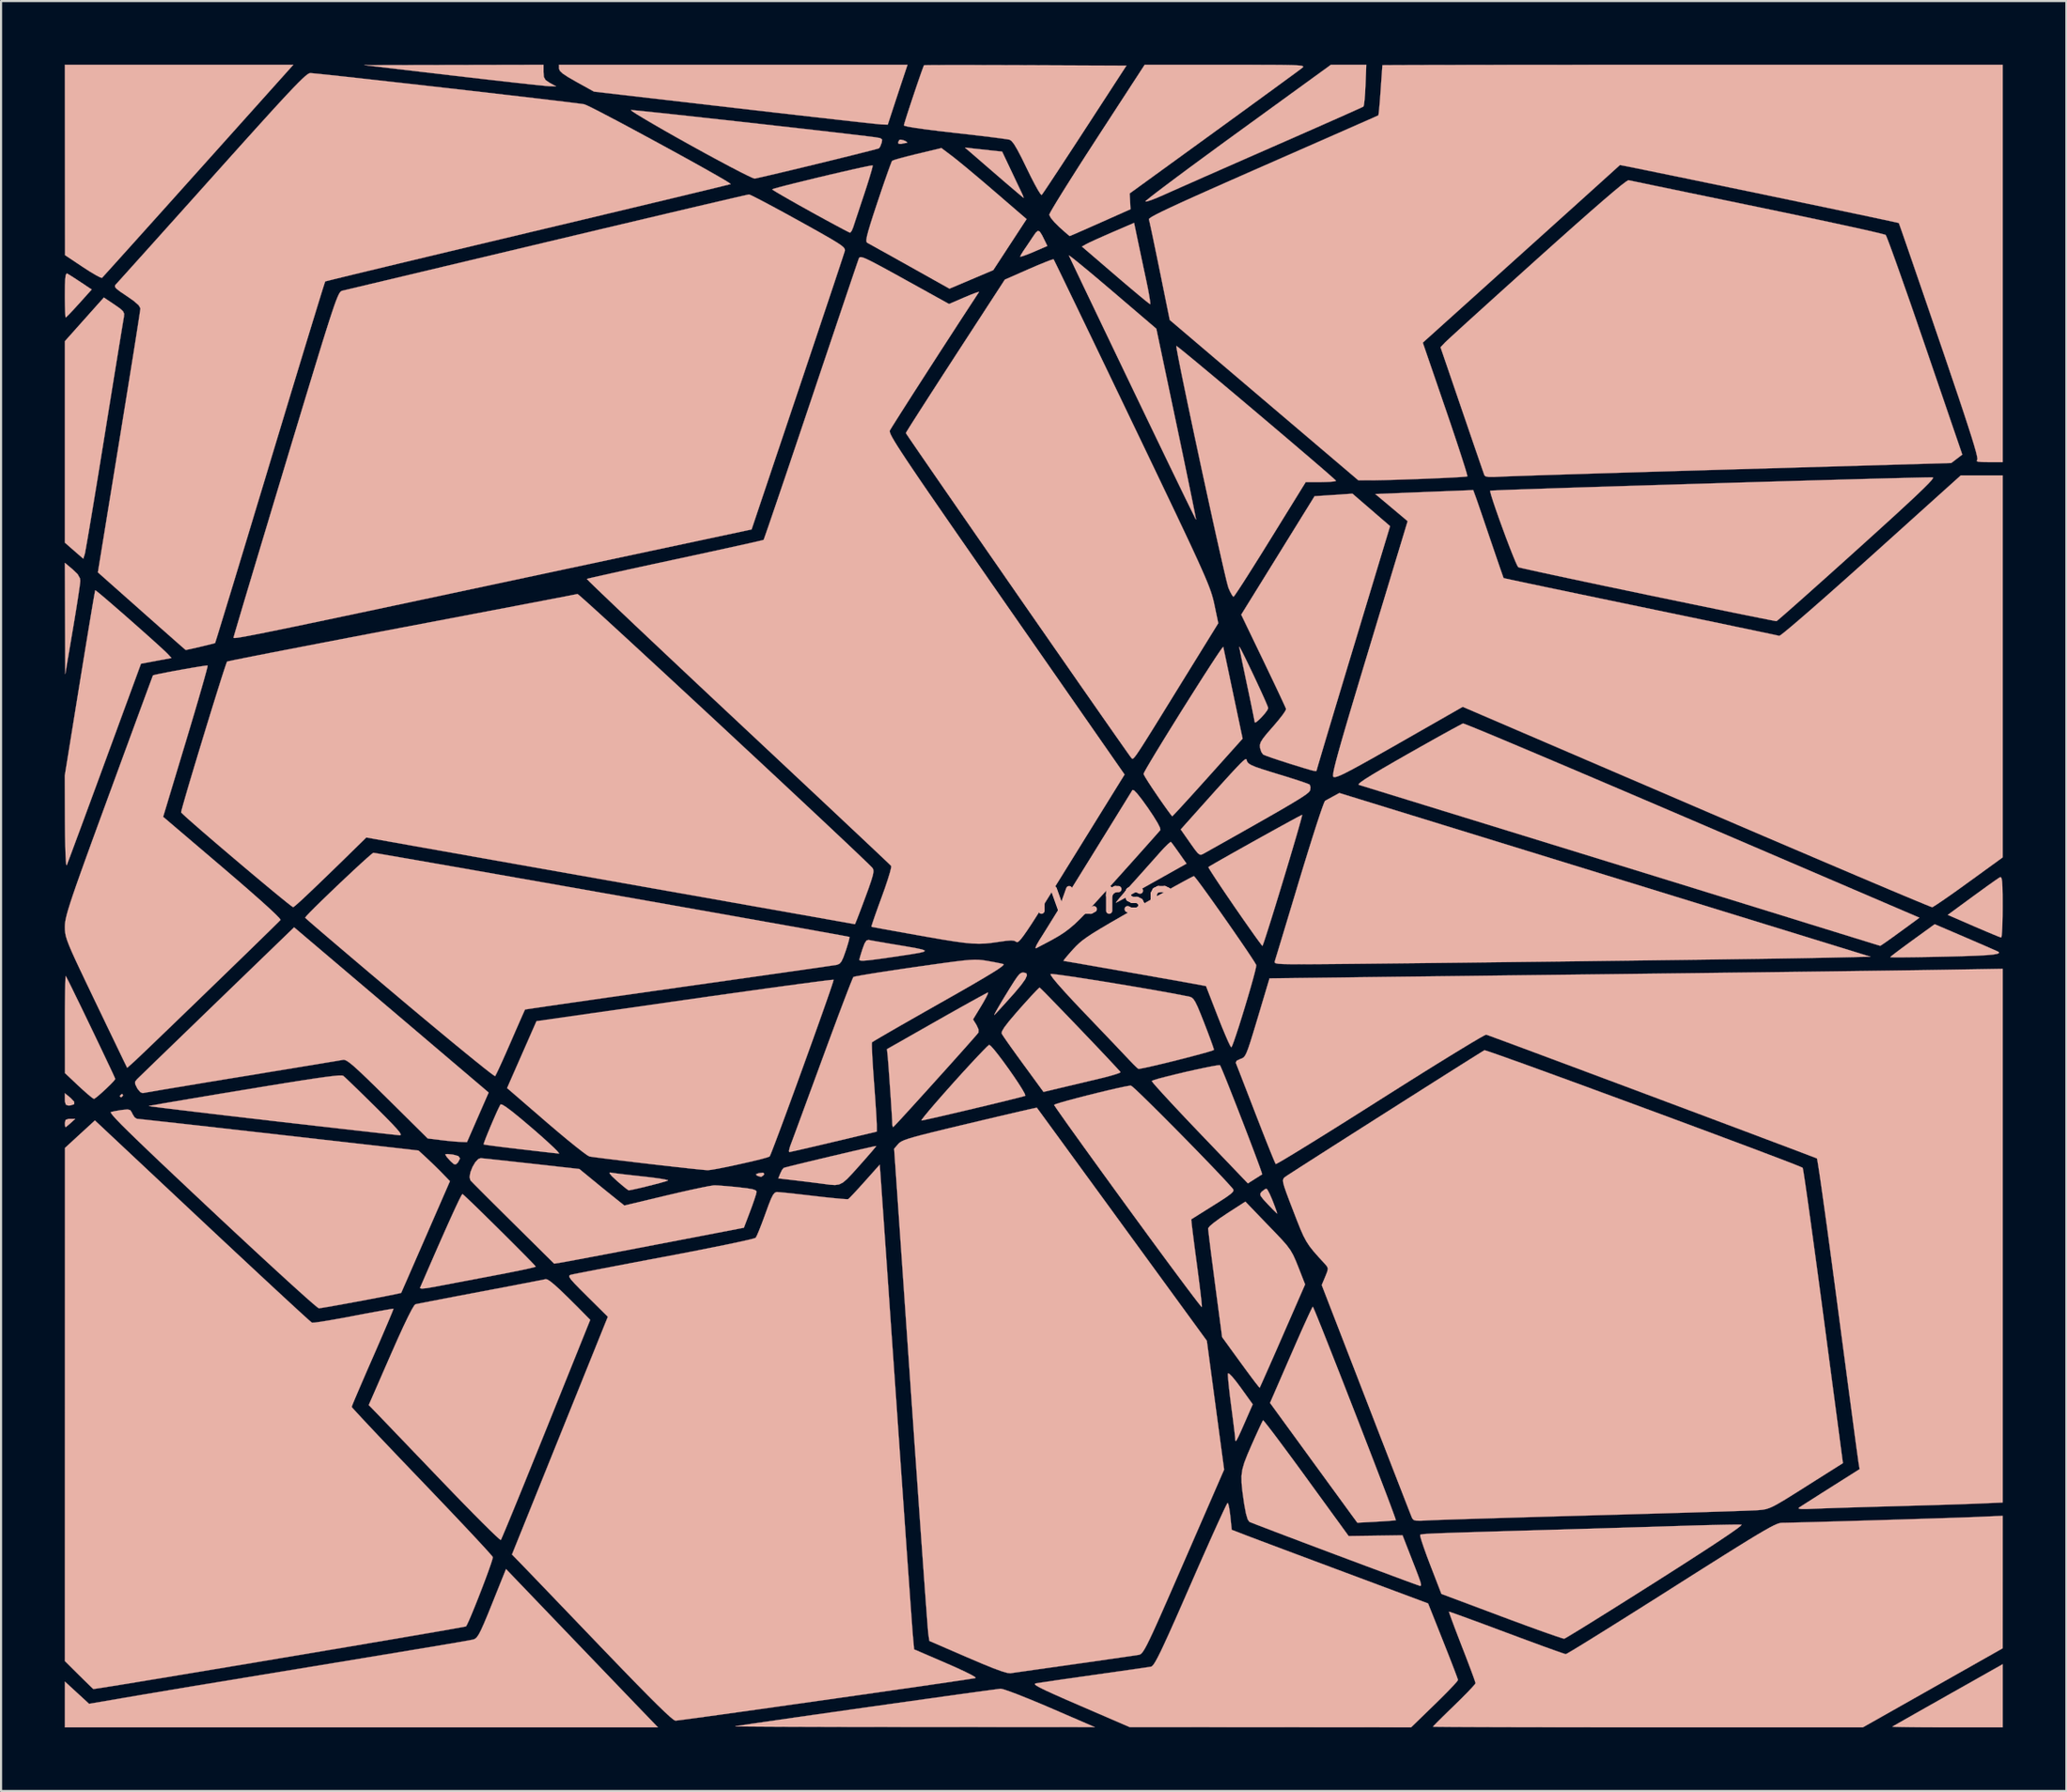
<source format=kicad_pcb>
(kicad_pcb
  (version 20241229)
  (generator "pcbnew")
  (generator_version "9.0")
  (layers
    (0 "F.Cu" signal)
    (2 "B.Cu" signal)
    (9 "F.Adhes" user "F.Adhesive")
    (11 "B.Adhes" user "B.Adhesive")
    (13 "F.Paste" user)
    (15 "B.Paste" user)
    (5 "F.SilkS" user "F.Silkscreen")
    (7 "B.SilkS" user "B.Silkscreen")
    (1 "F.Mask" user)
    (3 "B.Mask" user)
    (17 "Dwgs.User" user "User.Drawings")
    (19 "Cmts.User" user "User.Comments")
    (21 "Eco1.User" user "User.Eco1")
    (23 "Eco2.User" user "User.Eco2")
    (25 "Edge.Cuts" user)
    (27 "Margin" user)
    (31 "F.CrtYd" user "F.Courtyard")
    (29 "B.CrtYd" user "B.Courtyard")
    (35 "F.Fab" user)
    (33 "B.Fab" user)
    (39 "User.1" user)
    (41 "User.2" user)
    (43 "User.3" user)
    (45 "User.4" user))
  (footprint "Hex_inverse"
    (layer "F.Cu")
    (at 45.692 39.203)
    (property "Reference" "Hex_inverse" (at 0 0 0) (layer "B.SilkS") (effects (font (size 1.524 1.524) (thickness 0.3))))
    (attr through_hole)
    (fp_poly (pts (xy -42.943 9.39) (xy -42.942 9.407) (xy -43.013 9.483) (xy -43.039 9.486) (xy -43.094 9.438) (xy -43.079 9.407) (xy -42.997 9.333) (xy -42.983 9.329) (xy -42.943 9.39)) (stroke (width 0.01) (type solid)) (fill yes) (layer "B.SilkS"))
    (fp_poly (pts (xy -45.409 9.525) (xy -45.243 9.701) (xy -45.245 9.816) (xy -45.417 9.871) (xy -45.524 9.877) (xy -45.634 9.839) (xy -45.679 9.702) (xy -45.683 9.589) (xy -45.683 9.3) (xy -45.409 9.525)) (stroke (width 0.01) (type solid)) (fill yes) (layer "B.SilkS"))
    (fp_poly (pts (xy -12.708 13.101) (xy -12.742 13.165) (xy -12.853 13.243) (xy -13.019 13.197) (xy -13.05 13.18) (xy -13.101 13.121) (xy -12.985 13.072) (xy -12.963 13.067) (xy -12.759 13.043) (xy -12.708 13.101)) (stroke (width 0.01) (type solid)) (fill yes) (layer "B.SilkS"))
    (fp_poly (pts (xy -45.409 10.701) (xy -45.561 10.832) (xy -45.649 10.896) (xy -45.654 10.897) (xy -45.676 10.83) (xy -45.683 10.701) (xy -45.649 10.555) (xy -45.509 10.507) (xy -45.439 10.505) (xy -45.195 10.505) (xy -45.409 10.701)) (stroke (width 0.01) (type solid)) (fill yes) (layer "B.SilkS"))
    (fp_poly (pts (xy -6.15 -35.642) (xy -6.024 -35.587) (xy -5.961 -35.534) (xy -6 -35.514) (xy -6.177 -35.486) (xy -6.251 -35.465) (xy -6.373 -35.473) (xy -6.396 -35.544) (xy -6.338 -35.653) (xy -6.281 -35.669) (xy -6.15 -35.642)) (stroke (width 0.01) (type solid)) (fill yes) (layer "B.SilkS"))
    (fp_poly (pts (xy -45.318 -15.405) (xy -45.08 -15.175) (xy -44.971 -14.98) (xy -44.957 -14.86) (xy -44.971 -14.719) (xy -45.008 -14.448) (xy -45.065 -14.067) (xy -45.138 -13.601) (xy -45.224 -13.073) (xy -45.313 -12.543) (xy -45.665 -10.466) (xy -45.683 -15.711) (xy -45.318 -15.405)) (stroke (width 0.01) (type solid)) (fill yes) (layer "B.SilkS"))
    (fp_poly (pts (xy -27.423 12.187) (xy -27.374 12.194) (xy -27.128 12.263) (xy -27.053 12.375) (xy -27.14 12.546) (xy -27.165 12.576) (xy -27.25 12.655) (xy -27.336 12.644) (xy -27.469 12.529) (xy -27.534 12.464) (xy -27.678 12.301) (xy -27.745 12.193) (xy -27.743 12.176) (xy -27.636 12.166) (xy -27.423 12.187)) (stroke (width 0.01) (type solid)) (fill yes) (layer "B.SilkS"))
    (fp_poly (pts (xy 0.283 -31.333) (xy 0.388 -31.168) (xy 0.508 -30.927) (xy 0.641 -30.655) (xy 0.001 -30.378) (xy -0.298 -30.255) (xy -0.523 -30.174) (xy -0.634 -30.148) (xy -0.64 -30.152) (xy -0.597 -30.247) (xy -0.493 -30.415) (xy -0.471 -30.447) (xy -0.326 -30.66) (xy -0.145 -30.93) (xy -0.048 -31.076) (xy 0.093 -31.28) (xy 0.194 -31.368) (xy 0.283 -31.333)) (stroke (width 0.01) (type solid)) (fill yes) (layer "B.SilkS"))
    (fp_poly (pts (xy 45.683 39.198) (xy 43.064 39.198) (xy 42.396 39.197) (xy 41.793 39.194) (xy 41.278 39.189) (xy 40.874 39.183) (xy 40.602 39.177) (xy 40.486 39.169) (xy 40.483 39.167) (xy 40.566 39.118) (xy 40.783 38.994) (xy 41.118 38.803) (xy 41.551 38.557) (xy 42.065 38.266) (xy 42.643 37.94) (xy 43.102 37.68) (xy 45.683 36.223) (xy 45.683 39.198)) (stroke (width 0.01) (type solid)) (fill yes) (layer "B.SilkS"))
    (fp_poly (pts (xy -23.116 -38.852) (xy -23.098 -38.621) (xy -23.017 -38.477) (xy -22.834 -38.352) (xy -22.819 -38.344) (xy -22.522 -38.181) (xy -22.842 -38.188) (xy -22.996 -38.2) (xy -23.312 -38.232) (xy -23.77 -38.28) (xy -24.349 -38.343) (xy -25.031 -38.42) (xy -25.796 -38.507) (xy -26.625 -38.602) (xy -27.364 -38.688) (xy -31.567 -39.181) (xy -27.342 -39.189) (xy -23.116 -39.198) (xy -23.116 -38.852)) (stroke (width 0.01) (type solid)) (fill yes) (layer "B.SilkS"))
    (fp_poly (pts (xy 11.029 13.866) (xy 11.125 14.049) (xy 11.239 14.31) (xy 11.269 14.385) (xy 11.374 14.66) (xy 11.447 14.866) (xy 11.477 14.968) (xy 11.476 14.973) (xy 11.412 14.917) (xy 11.263 14.769) (xy 11.061 14.559) (xy 11.029 14.525) (xy 10.814 14.292) (xy 10.702 14.144) (xy 10.677 14.047) (xy 10.723 13.968) (xy 10.753 13.937) (xy 10.894 13.829) (xy 10.97 13.798) (xy 11.029 13.866)) (stroke (width 0.01) (type solid)) (fill yes) (layer "B.SilkS"))
    (fp_poly (pts (xy -45.443 -29.275) (xy -45.221 -29.133) (xy -44.949 -28.955) (xy -44.937 -28.947) (xy -44.419 -28.601) (xy -45.012 -27.941) (xy -45.258 -27.671) (xy -45.462 -27.455) (xy -45.6 -27.317) (xy -45.644 -27.281) (xy -45.659 -27.355) (xy -45.671 -27.557) (xy -45.679 -27.859) (xy -45.683 -28.232) (xy -45.683 -28.344) (xy -45.68 -28.785) (xy -45.668 -29.087) (xy -45.645 -29.268) (xy -45.609 -29.348) (xy -45.569 -29.35) (xy -45.443 -29.275)) (stroke (width 0.01) (type solid)) (fill yes) (layer "B.SilkS"))
    (fp_poly (pts (xy -39.393 -34.2) (xy -40.091 -33.422) (xy -40.756 -32.68) (xy -41.381 -31.984) (xy -41.958 -31.342) (xy -42.477 -30.764) (xy -42.931 -30.26) (xy -43.311 -29.838) (xy -43.608 -29.509) (xy -43.814 -29.281) (xy -43.921 -29.164) (xy -43.934 -29.151) (xy -44.024 -29.176) (xy -44.227 -29.282) (xy -44.512 -29.452) (xy -44.834 -29.661) (xy -45.676 -30.221) (xy -45.68 -34.709) (xy -45.683 -39.198) (xy -34.913 -39.198) (xy -39.393 -34.2)) (stroke (width 0.01) (type solid)) (fill yes) (layer "B.SilkS"))
    (fp_poly (pts (xy -2.832 -35.248) (xy -2.478 -35.21) (xy -2.081 -35.167) (xy -1.956 -35.153) (xy -1.491 -35.104) (xy -1.096 -34.27) (xy -0.925 -33.908) (xy -0.767 -33.575) (xy -0.641 -33.312) (xy -0.578 -33.181) (xy -0.503 -33.013) (xy -0.477 -32.928) (xy -0.48 -32.926) (xy -0.548 -32.979) (xy -0.727 -33.127) (xy -0.995 -33.355) (xy -1.335 -33.645) (xy -1.726 -33.982) (xy -1.874 -34.11) (xy -3.244 -35.294) (xy -2.832 -35.248)) (stroke (width 0.01) (type solid)) (fill yes) (layer "B.SilkS"))
    (fp_poly (pts (xy 9.211 22.519) (xy 9.344 22.649) (xy 9.541 22.888) (xy 9.755 23.175) (xy 10.325 23.967) (xy 9.951 24.821) (xy 9.774 25.222) (xy 9.65 25.492) (xy 9.57 25.646) (xy 9.525 25.702) (xy 9.505 25.674) (xy 9.502 25.611) (xy 9.492 25.494) (xy 9.464 25.249) (xy 9.422 24.903) (xy 9.369 24.484) (xy 9.314 24.063) (xy 9.255 23.602) (xy 9.207 23.188) (xy 9.173 22.85) (xy 9.155 22.615) (xy 9.155 22.514) (xy 9.211 22.519)) (stroke (width 0.01) (type solid)) (fill yes) (layer "B.SilkS"))
    (fp_poly (pts (xy -0.353 3.637) (xy -0.321 3.738) (xy -0.399 3.918) (xy -0.59 4.188) (xy -0.9 4.558) (xy -1.01 4.682) (xy -1.294 4.999) (xy -1.543 5.274) (xy -1.734 5.481) (xy -1.843 5.595) (xy -1.854 5.605) (xy -1.849 5.57) (xy -1.77 5.418) (xy -1.629 5.173) (xy -1.441 4.857) (xy -1.372 4.743) (xy -1.113 4.321) (xy -0.922 4.018) (xy -0.784 3.815) (xy -0.683 3.693) (xy -0.604 3.63) (xy -0.531 3.608) (xy -0.488 3.606) (xy -0.353 3.637)) (stroke (width 0.01) (type solid)) (fill yes) (layer "B.SilkS"))
    (fp_poly (pts (xy 4.889 -30.982) (xy 4.967 -30.612) (xy 5.066 -30.145) (xy 5.174 -29.635) (xy 5.28 -29.138) (xy 5.296 -29.065) (xy 5.379 -28.663) (xy 5.442 -28.321) (xy 5.483 -28.068) (xy 5.495 -27.928) (xy 5.489 -27.909) (xy 5.412 -27.962) (xy 5.225 -28.111) (xy 4.945 -28.342) (xy 4.591 -28.639) (xy 4.181 -28.986) (xy 3.852 -29.268) (xy 2.27 -30.627) (xy 2.487 -30.748) (xy 2.652 -30.831) (xy 2.94 -30.963) (xy 3.31 -31.129) (xy 3.717 -31.306) (xy 4.731 -31.743) (xy 4.889 -30.982)) (stroke (width 0.01) (type solid)) (fill yes) (layer "B.SilkS"))
    (fp_poly (pts (xy 45.636 -0.823) (xy 45.659 -0.678) (xy 45.673 -0.433) (xy 45.681 -0.071) (xy 45.683 0.427) (xy 45.683 0.506) (xy 45.68 0.963) (xy 45.67 1.361) (xy 45.655 1.676) (xy 45.637 1.882) (xy 45.615 1.956) (xy 45.615 1.956) (xy 45.513 1.921) (xy 45.279 1.827) (xy 44.943 1.686) (xy 44.535 1.512) (xy 44.321 1.42) (xy 43.096 0.888) (xy 44.264 0.032) (xy 44.66 -0.256) (xy 45.014 -0.511) (xy 45.3 -0.714) (xy 45.492 -0.845) (xy 45.558 -0.886) (xy 45.602 -0.886) (xy 45.636 -0.823)) (stroke (width 0.01) (type solid)) (fill yes) (layer "B.SilkS"))
    (fp_poly (pts (xy -19.964 13.038) (xy -19.81 13.062) (xy -19.513 13.101) (xy -19.111 13.148) (xy -18.642 13.2) (xy -18.477 13.218) (xy -18.021 13.27) (xy -17.645 13.321) (xy -17.377 13.367) (xy -17.249 13.402) (xy -17.244 13.413) (xy -17.349 13.451) (xy -17.584 13.518) (xy -17.902 13.602) (xy -18.256 13.691) (xy -18.599 13.774) (xy -18.885 13.838) (xy -19.067 13.873) (xy -19.099 13.876) (xy -19.181 13.824) (xy -19.355 13.685) (xy -19.588 13.488) (xy -19.647 13.436) (xy -19.891 13.209) (xy -20.003 13.074) (xy -19.978 13.036) (xy -19.964 13.038)) (stroke (width 0.01) (type solid)) (fill yes) (layer "B.SilkS"))
    (fp_poly (pts (xy -6.129 -38.668) (xy -6.23 -38.366) (xy -6.36 -37.972) (xy -6.501 -37.544) (xy -6.595 -37.257) (xy -6.884 -36.375) (xy -7.165 -36.384) (xy -7.3 -36.396) (xy -7.601 -36.427) (xy -8.053 -36.476) (xy -8.642 -36.541) (xy -9.351 -36.621) (xy -10.167 -36.713) (xy -11.074 -36.816) (xy -12.058 -36.929) (xy -13.103 -37.049) (xy -14.09 -37.163) (xy -20.733 -37.932) (xy -21.559 -38.389) (xy -21.949 -38.613) (xy -22.202 -38.779) (xy -22.339 -38.907) (xy -22.384 -39.012) (xy -22.384 -39.021) (xy -22.385 -39.198) (xy -5.952 -39.198) (xy -6.129 -38.668)) (stroke (width 0.01) (type solid)) (fill yes) (layer "B.SilkS"))
    (fp_poly (pts (xy 6.534 -2.47) (xy 6.666 -2.29) (xy 6.838 -2.049) (xy 6.858 -2.02) (xy 7.203 -1.529) (xy 5.561 -0.608) (xy 5.075 -0.336) (xy 4.643 -0.097) (xy 4.285 0.099) (xy 4.027 0.238) (xy 3.889 0.308) (xy 3.874 0.314) (xy 3.91 0.255) (xy 4.04 0.096) (xy 4.246 -0.144) (xy 4.508 -0.441) (xy 4.622 -0.568) (xy 4.965 -0.95) (xy 5.32 -1.348) (xy 5.648 -1.716) (xy 5.907 -2.008) (xy 5.918 -2.021) (xy 6.143 -2.266) (xy 6.327 -2.449) (xy 6.443 -2.545) (xy 6.467 -2.552) (xy 6.534 -2.47)) (stroke (width 0.01) (type solid)) (fill yes) (layer "B.SilkS"))
    (fp_poly (pts (xy -7.776 2.071) (xy -7.63 2.1) (xy -7.348 2.15) (xy -6.973 2.215) (xy -6.624 2.274) (xy -5.991 2.38) (xy -5.534 2.461) (xy -5.25 2.524) (xy -5.133 2.577) (xy -5.183 2.626) (xy -5.394 2.678) (xy -5.763 2.74) (xy -6.288 2.82) (xy -6.35 2.829) (xy -6.991 2.924) (xy -7.473 2.99) (xy -7.816 3.031) (xy -8.041 3.048) (xy -8.169 3.043) (xy -8.22 3.017) (xy -8.223 3.004) (xy -8.2 2.905) (xy -8.14 2.703) (xy -8.073 2.492) (xy -7.974 2.229) (xy -7.886 2.096) (xy -7.79 2.068) (xy -7.776 2.071)) (stroke (width 0.01) (type solid)) (fill yes) (layer "B.SilkS"))
    (fp_poly (pts (xy 43.967 1.967) (xy 44.443 2.172) (xy 44.861 2.353) (xy 45.193 2.499) (xy 45.414 2.597) (xy 45.495 2.636) (xy 45.514 2.684) (xy 45.433 2.724) (xy 45.238 2.758) (xy 44.918 2.787) (xy 44.457 2.812) (xy 43.843 2.834) (xy 43.063 2.855) (xy 42.874 2.859) (xy 42.221 2.872) (xy 41.632 2.882) (xy 41.13 2.888) (xy 40.74 2.89) (xy 40.483 2.888) (xy 40.385 2.881) (xy 40.384 2.881) (xy 40.45 2.821) (xy 40.632 2.68) (xy 40.906 2.474) (xy 41.247 2.223) (xy 41.432 2.088) (xy 42.479 1.329) (xy 43.967 1.967)) (stroke (width 0.01) (type solid)) (fill yes) (layer "B.SilkS"))
    (fp_poly (pts (xy -43.348 -27.891) (xy -43.084 -27.706) (xy -42.94 -27.573) (xy -42.888 -27.458) (xy -42.898 -27.322) (xy -42.918 -27.206) (xy -42.961 -26.948) (xy -43.025 -26.561) (xy -43.107 -26.058) (xy -43.206 -25.454) (xy -43.319 -24.76) (xy -43.444 -23.99) (xy -43.578 -23.158) (xy -43.721 -22.276) (xy -43.811 -21.715) (xy -43.958 -20.811) (xy -44.098 -19.947) (xy -44.231 -19.139) (xy -44.353 -18.398) (xy -44.463 -17.739) (xy -44.558 -17.174) (xy -44.637 -16.717) (xy -44.696 -16.381) (xy -44.734 -16.178) (xy -44.746 -16.126) (xy -44.815 -15.907) (xy -45.249 -16.285) (xy -45.683 -16.664) (xy -45.683 -26.164) (xy -44.764 -27.194) (xy -43.845 -28.224) (xy -43.348 -27.891)) (stroke (width 0.01) (type solid)) (fill yes) (layer "B.SilkS"))
    (fp_poly (pts (xy -25.06 9.836) (xy -24.87 9.955) (xy -24.567 10.183) (xy -24.149 10.525) (xy -23.662 10.938) (xy -23.259 11.289) (xy -22.913 11.599) (xy -22.64 11.854) (xy -22.457 12.037) (xy -22.381 12.132) (xy -22.386 12.143) (xy -22.516 12.13) (xy -22.797 12.099) (xy -23.196 12.054) (xy -23.683 11.998) (xy -24.212 11.936) (xy -24.746 11.873) (xy -25.214 11.815) (xy -25.588 11.766) (xy -25.839 11.731) (xy -25.937 11.712) (xy -25.937 11.712) (xy -25.92 11.635) (xy -25.85 11.446) (xy -25.743 11.178) (xy -25.614 10.865) (xy -25.475 10.541) (xy -25.343 10.24) (xy -25.23 9.996) (xy -25.151 9.842) (xy -25.141 9.825) (xy -25.06 9.836)) (stroke (width 0.01) (type solid)) (fill yes) (layer "B.SilkS"))
    (fp_poly (pts (xy 9.721 -11.715) (xy 9.809 -11.552) (xy 9.938 -11.294) (xy 10.098 -10.966) (xy 10.277 -10.594) (xy 10.461 -10.204) (xy 10.639 -9.82) (xy 10.8 -9.469) (xy 10.931 -9.176) (xy 11.019 -8.966) (xy 11.054 -8.865) (xy 11.054 -8.863) (xy 11.007 -8.758) (xy 10.892 -8.603) (xy 10.741 -8.433) (xy 10.589 -8.284) (xy 10.471 -8.192) (xy 10.419 -8.192) (xy 10.419 -8.195) (xy 10.402 -8.292) (xy 10.357 -8.521) (xy 10.289 -8.857) (xy 10.202 -9.278) (xy 10.1 -9.76) (xy 10.05 -9.995) (xy 9.945 -10.495) (xy 9.851 -10.941) (xy 9.775 -11.311) (xy 9.72 -11.583) (xy 9.691 -11.734) (xy 9.688 -11.757) (xy 9.721 -11.715)) (stroke (width 0.01) (type solid)) (fill yes) (layer "B.SilkS"))
    (fp_poly (pts (xy -45.598 3.851) (xy -45.495 4.054) (xy -45.343 4.361) (xy -45.153 4.751) (xy -44.933 5.202) (xy -44.695 5.695) (xy -44.448 6.208) (xy -44.202 6.721) (xy -43.967 7.213) (xy -43.753 7.663) (xy -43.57 8.05) (xy -43.428 8.353) (xy -43.338 8.552) (xy -43.308 8.626) (xy -43.366 8.709) (xy -43.515 8.867) (xy -43.718 9.065) (xy -43.937 9.268) (xy -44.135 9.44) (xy -44.274 9.546) (xy -44.312 9.564) (xy -44.401 9.51) (xy -44.583 9.362) (xy -44.828 9.146) (xy -45.034 8.957) (xy -45.679 8.349) (xy -45.681 6.043) (xy -45.681 5.462) (xy -45.677 4.937) (xy -45.672 4.487) (xy -45.664 4.131) (xy -45.655 3.888) (xy -45.645 3.777) (xy -45.642 3.773) (xy -45.598 3.851)) (stroke (width 0.01) (type solid)) (fill yes) (layer "B.SilkS"))
    (fp_poly (pts (xy -7.428 11.788) (xy -7.474 11.852) (xy -7.613 12.018) (xy -7.826 12.264) (xy -8.093 12.568) (xy -8.231 12.723) (xy -8.556 13.085) (xy -8.8 13.341) (xy -8.994 13.507) (xy -9.172 13.597) (xy -9.367 13.627) (xy -9.612 13.612) (xy -9.939 13.569) (xy -10.005 13.56) (xy -10.317 13.52) (xy -10.731 13.468) (xy -11.167 13.416) (xy -11.253 13.406) (xy -12.045 13.313) (xy -11.952 13.085) (xy -11.868 12.913) (xy -11.795 12.822) (xy -11.691 12.791) (xy -11.443 12.728) (xy -11.08 12.638) (xy -10.63 12.529) (xy -10.124 12.407) (xy -9.591 12.28) (xy -9.058 12.155) (xy -8.555 12.037) (xy -8.112 11.935) (xy -7.757 11.855) (xy -7.52 11.803) (xy -7.429 11.788) (xy -7.428 11.788)) (stroke (width 0.01) (type solid)) (fill yes) (layer "B.SilkS"))
    (fp_poly (pts (xy -26.861 14.115) (xy -26.686 14.278) (xy -26.43 14.523) (xy -26.112 14.832) (xy -25.75 15.187) (xy -25.362 15.569) (xy -24.967 15.96) (xy -24.584 16.342) (xy -24.23 16.697) (xy -23.924 17.006) (xy -23.686 17.251) (xy -23.532 17.414) (xy -23.481 17.476) (xy -23.566 17.505) (xy -23.805 17.562) (xy -24.171 17.641) (xy -24.64 17.736) (xy -25.186 17.843) (xy -25.469 17.897) (xy -26.103 18.017) (xy -26.728 18.136) (xy -27.305 18.245) (xy -27.793 18.338) (xy -28.152 18.407) (xy -28.216 18.419) (xy -28.621 18.489) (xy -28.86 18.511) (xy -28.939 18.484) (xy -28.937 18.474) (xy -28.49 17.445) (xy -28.098 16.547) (xy -27.76 15.783) (xy -27.478 15.155) (xy -27.254 14.666) (xy -27.088 14.318) (xy -26.982 14.112) (xy -26.936 14.052) (xy -26.861 14.115)) (stroke (width 0.01) (type solid)) (fill yes) (layer "B.SilkS"))
    (fp_poly (pts (xy -7.607 -34.37) (xy -7.662 -34.162) (xy -7.754 -33.853) (xy -7.875 -33.469) (xy -7.994 -33.104) (xy -8.144 -32.654) (xy -8.281 -32.24) (xy -8.397 -31.892) (xy -8.48 -31.64) (xy -8.514 -31.534) (xy -8.587 -31.363) (xy -8.655 -31.282) (xy -8.661 -31.281) (xy -8.753 -31.322) (xy -8.976 -31.437) (xy -9.308 -31.614) (xy -9.726 -31.84) (xy -10.21 -32.104) (xy -10.53 -32.281) (xy -11.038 -32.564) (xy -11.492 -32.82) (xy -11.868 -33.036) (xy -12.146 -33.2) (xy -12.305 -33.299) (xy -12.334 -33.323) (xy -12.251 -33.356) (xy -12.018 -33.421) (xy -11.665 -33.514) (xy -11.218 -33.626) (xy -10.706 -33.752) (xy -10.157 -33.885) (xy -9.598 -34.018) (xy -9.058 -34.144) (xy -8.563 -34.257) (xy -8.143 -34.35) (xy -7.825 -34.417) (xy -7.636 -34.451) (xy -7.596 -34.453) (xy -7.607 -34.37)) (stroke (width 0.01) (type solid)) (fill yes) (layer "B.SilkS"))
    (fp_poly (pts (xy -2.016 7.079) (xy -1.864 7.25) (xy -1.663 7.503) (xy -1.43 7.812) (xy -1.184 8.152) (xy -0.944 8.497) (xy -0.726 8.821) (xy -0.55 9.099) (xy -0.434 9.304) (xy -0.396 9.411) (xy -0.401 9.419) (xy -0.513 9.453) (xy -0.773 9.52) (xy -1.153 9.615) (xy -1.624 9.731) (xy -2.158 9.86) (xy -2.726 9.995) (xy -3.3 10.132) (xy -3.851 10.261) (xy -4.352 10.378) (xy -4.775 10.474) (xy -5.089 10.544) (xy -5.268 10.58) (xy -5.296 10.583) (xy -5.266 10.524) (xy -5.136 10.357) (xy -4.921 10.096) (xy -4.632 9.759) (xy -4.282 9.359) (xy -3.886 8.913) (xy -3.785 8.8) (xy -3.372 8.343) (xy -2.992 7.929) (xy -2.661 7.574) (xy -2.393 7.294) (xy -2.204 7.103) (xy -2.107 7.019) (xy -2.099 7.016) (xy -2.016 7.079)) (stroke (width 0.01) (type solid)) (fill yes) (layer "B.SilkS"))
    (fp_poly (pts (xy -3.845 -34.888) (xy -3.63 -34.718) (xy -3.313 -34.46) (xy -2.921 -34.134) (xy -2.481 -33.764) (xy -2.021 -33.371) (xy -1.837 -33.213) (xy -0.338 -31.921) (xy -1.124 -30.718) (xy -1.909 -29.516) (xy -2.942 -29.078) (xy -3.974 -28.641) (xy -5.847 -29.69) (xy -6.374 -29.984) (xy -6.853 -30.252) (xy -7.264 -30.48) (xy -7.584 -30.658) (xy -7.788 -30.771) (xy -7.852 -30.805) (xy -7.886 -30.847) (xy -7.893 -30.939) (xy -7.868 -31.097) (xy -7.807 -31.338) (xy -7.706 -31.678) (xy -7.561 -32.134) (xy -7.366 -32.723) (xy -7.36 -32.741) (xy -7.186 -33.259) (xy -7.026 -33.726) (xy -6.887 -34.121) (xy -6.777 -34.425) (xy -6.704 -34.615) (xy -6.676 -34.67) (xy -6.57 -34.712) (xy -6.323 -34.785) (xy -5.969 -34.879) (xy -5.546 -34.985) (xy -5.486 -34.999) (xy -4.355 -35.271) (xy -3.845 -34.888)) (stroke (width 0.01) (type solid)) (fill yes) (layer "B.SilkS"))
    (fp_poly (pts (xy 8.781 7.979) (xy 8.824 8.065) (xy 8.914 8.278) (xy 9.044 8.595) (xy 9.205 8.998) (xy 9.389 9.465) (xy 9.589 9.974) (xy 9.795 10.506) (xy 10.001 11.04) (xy 10.198 11.555) (xy 10.378 12.03) (xy 10.533 12.444) (xy 10.655 12.778) (xy 10.736 13.009) (xy 10.768 13.117) (xy 10.768 13.123) (xy 10.681 13.178) (xy 10.501 13.292) (xy 10.416 13.346) (xy 10.096 13.549) (xy 7.812 11.164) (xy 7.31 10.638) (xy 6.849 10.149) (xy 6.44 9.711) (xy 6.095 9.337) (xy 5.826 9.04) (xy 5.646 8.833) (xy 5.568 8.729) (xy 5.565 8.721) (xy 5.665 8.677) (xy 5.905 8.605) (xy 6.252 8.514) (xy 6.672 8.41) (xy 7.129 8.301) (xy 7.589 8.197) (xy 8.018 8.105) (xy 8.382 8.032) (xy 8.645 7.986) (xy 8.774 7.976) (xy 8.781 7.979)) (stroke (width 0.01) (type solid)) (fill yes) (layer "B.SilkS"))
    (fp_poly (pts (xy -1.412 37.412) (xy -1.132 37.507) (xy -0.74 37.655) (xy -0.258 37.847) (xy 0.287 38.072) (xy 0.777 38.281) (xy 2.878 39.189) (xy -5.665 39.184) (xy -6.893 39.183) (xy -8.066 39.182) (xy -9.171 39.18) (xy -10.195 39.177) (xy -11.126 39.174) (xy -11.952 39.171) (xy -12.661 39.167) (xy -13.239 39.163) (xy -13.675 39.159) (xy -13.956 39.155) (xy -14.07 39.15) (xy -14.071 39.149) (xy -13.939 39.127) (xy -13.646 39.082) (xy -13.211 39.018) (xy -12.651 38.937) (xy -11.984 38.841) (xy -11.23 38.732) (xy -10.405 38.614) (xy -9.529 38.49) (xy -8.618 38.36) (xy -7.692 38.229) (xy -6.768 38.099) (xy -5.865 37.972) (xy -5 37.85) (xy -4.192 37.737) (xy -3.459 37.635) (xy -2.818 37.547) (xy -2.289 37.475) (xy -1.89 37.421) (xy -1.637 37.388) (xy -1.553 37.379) (xy -1.412 37.412)) (stroke (width 0.01) (type solid)) (fill yes) (layer "B.SilkS"))
    (fp_poly (pts (xy 1.711 -30.175) (xy 1.879 -30.046) (xy 2.146 -29.831) (xy 2.498 -29.542) (xy 2.919 -29.19) (xy 3.394 -28.788) (xy 3.702 -28.526) (xy 5.779 -26.752) (xy 6.725 -22.259) (xy 6.897 -21.442) (xy 7.058 -20.672) (xy 7.205 -19.963) (xy 7.336 -19.329) (xy 7.448 -18.783) (xy 7.538 -18.339) (xy 7.604 -18.009) (xy 7.642 -17.809) (xy 7.65 -17.751) (xy 7.613 -17.819) (xy 7.512 -18.022) (xy 7.351 -18.349) (xy 7.136 -18.789) (xy 6.872 -19.333) (xy 6.563 -19.969) (xy 6.216 -20.688) (xy 5.835 -21.478) (xy 5.425 -22.33) (xy 4.991 -23.232) (xy 4.66 -23.922) (xy 4.211 -24.858) (xy 3.782 -25.753) (xy 3.378 -26.597) (xy 3.004 -27.378) (xy 2.665 -28.086) (xy 2.366 -28.711) (xy 2.113 -29.241) (xy 1.911 -29.666) (xy 1.765 -29.975) (xy 1.679 -30.158) (xy 1.658 -30.205) (xy 1.711 -30.175)) (stroke (width 0.01) (type solid)) (fill yes) (layer "B.SilkS"))
    (fp_poly (pts (xy 10.266 14.709) (xy 10.434 14.884) (xy 10.686 15.146) (xy 10.989 15.461) (xy 11.312 15.795) (xy 11.35 15.834) (xy 11.681 16.183) (xy 11.921 16.455) (xy 12.096 16.691) (xy 12.235 16.934) (xy 12.365 17.223) (xy 12.471 17.486) (xy 12.794 18.313) (xy 11.734 20.739) (xy 11.48 21.321) (xy 11.246 21.853) (xy 11.04 22.32) (xy 10.87 22.703) (xy 10.744 22.985) (xy 10.669 23.15) (xy 10.651 23.185) (xy 10.599 23.129) (xy 10.465 22.959) (xy 10.267 22.697) (xy 10.02 22.364) (xy 9.755 22.002) (xy 8.882 20.799) (xy 8.551 18.298) (xy 8.471 17.684) (xy 8.397 17.117) (xy 8.333 16.617) (xy 8.282 16.202) (xy 8.245 15.893) (xy 8.225 15.709) (xy 8.222 15.669) (xy 8.292 15.574) (xy 8.481 15.412) (xy 8.762 15.204) (xy 9.101 14.975) (xy 9.978 14.409) (xy 10.266 14.709)) (stroke (width 0.01) (type solid)) (fill yes) (layer "B.SilkS"))
    (fp_poly (pts (xy 15.642 -38.237) (xy 15.623 -37.864) (xy 15.599 -37.551) (xy 15.572 -37.329) (xy 15.547 -37.23) (xy 15.546 -37.229) (xy 15.455 -37.185) (xy 15.217 -37.077) (xy 14.847 -36.911) (xy 14.361 -36.694) (xy 13.773 -36.434) (xy 13.099 -36.136) (xy 12.354 -35.808) (xy 11.554 -35.457) (xy 11.238 -35.318) (xy 10.389 -34.946) (xy 9.564 -34.583) (xy 8.782 -34.239) (xy 8.062 -33.922) (xy 7.423 -33.639) (xy 6.885 -33.401) (xy 6.467 -33.215) (xy 6.189 -33.091) (xy 6.15 -33.073) (xy 5.8 -32.921) (xy 5.512 -32.81) (xy 5.322 -32.753) (xy 5.265 -32.754) (xy 5.324 -32.814) (xy 5.512 -32.967) (xy 5.817 -33.203) (xy 6.227 -33.513) (xy 6.73 -33.89) (xy 7.314 -34.324) (xy 7.969 -34.806) (xy 8.682 -35.329) (xy 9.441 -35.882) (xy 9.614 -36.007) (xy 14.01 -39.198) (xy 15.679 -39.198) (xy 15.642 -38.237)) (stroke (width 0.01) (type solid)) (fill yes) (layer "B.SilkS"))
    (fp_poly (pts (xy 0.34 4.375) (xy 0.505 4.538) (xy 0.751 4.789) (xy 1.062 5.109) (xy 1.422 5.481) (xy 1.814 5.888) (xy 2.22 6.312) (xy 2.626 6.737) (xy 3.013 7.144) (xy 3.365 7.516) (xy 3.665 7.836) (xy 3.898 8.086) (xy 4.046 8.249) (xy 4.092 8.306) (xy 4.02 8.349) (xy 3.804 8.421) (xy 3.476 8.514) (xy 3.07 8.616) (xy 3.041 8.622) (xy 2.528 8.744) (xy 1.989 8.872) (xy 1.499 8.988) (xy 1.212 9.056) (xy 0.46 9.235) (xy -0.497 7.925) (xy -0.796 7.514) (xy -1.063 7.142) (xy -1.282 6.831) (xy -1.437 6.605) (xy -1.512 6.486) (xy -1.514 6.481) (xy -1.498 6.377) (xy -1.386 6.19) (xy -1.17 5.909) (xy -0.845 5.525) (xy -0.673 5.329) (xy -0.368 4.988) (xy -0.102 4.696) (xy 0.107 4.474) (xy 0.239 4.343) (xy 0.274 4.316) (xy 0.34 4.375)) (stroke (width 0.01) (type solid)) (fill yes) (layer "B.SilkS"))
    (fp_poly (pts (xy 8.934 -11.748) (xy 8.957 -11.642) (xy 9.008 -11.404) (xy 9.082 -11.054) (xy 9.175 -10.614) (xy 9.282 -10.104) (xy 9.4 -9.546) (xy 9.404 -9.527) (xy 9.847 -7.422) (xy 8.206 -5.592) (xy 7.789 -5.129) (xy 7.41 -4.71) (xy 7.08 -4.348) (xy 6.816 -4.061) (xy 6.63 -3.862) (xy 6.537 -3.768) (xy 6.529 -3.763) (xy 6.473 -3.827) (xy 6.342 -4.002) (xy 6.154 -4.264) (xy 5.926 -4.589) (xy 5.836 -4.721) (xy 5.599 -5.071) (xy 5.4 -5.375) (xy 5.256 -5.607) (xy 5.183 -5.741) (xy 5.178 -5.76) (xy 5.219 -5.852) (xy 5.335 -6.06) (xy 5.516 -6.368) (xy 5.75 -6.758) (xy 6.028 -7.213) (xy 6.338 -7.717) (xy 6.671 -8.253) (xy 7.015 -8.805) (xy 7.361 -9.354) (xy 7.698 -9.886) (xy 8.014 -10.382) (xy 8.301 -10.826) (xy 8.546 -11.202) (xy 8.74 -11.492) (xy 8.872 -11.68) (xy 8.932 -11.749) (xy 8.934 -11.748)) (stroke (width 0.01) (type solid)) (fill yes) (layer "B.SilkS"))
    (fp_poly (pts (xy 12.64 -3.749) (xy 12.584 -3.538) (xy 12.493 -3.214) (xy 12.373 -2.798) (xy 12.229 -2.309) (xy 12.068 -1.766) (xy 11.895 -1.189) (xy 11.716 -0.597) (xy 11.537 -0.01) (xy 11.364 0.553) (xy 11.203 1.073) (xy 11.059 1.53) (xy 10.939 1.904) (xy 10.849 2.176) (xy 10.794 2.326) (xy 10.781 2.35) (xy 10.725 2.285) (xy 10.588 2.102) (xy 10.384 1.819) (xy 10.125 1.452) (xy 9.822 1.02) (xy 9.489 0.538) (xy 9.467 0.506) (xy 9.136 0.022) (xy 8.839 -0.417) (xy 8.589 -0.793) (xy 8.397 -1.088) (xy 8.274 -1.284) (xy 8.233 -1.365) (xy 8.233 -1.366) (xy 8.336 -1.43) (xy 8.563 -1.563) (xy 8.892 -1.751) (xy 9.3 -1.982) (xy 9.763 -2.242) (xy 10.257 -2.519) (xy 10.761 -2.799) (xy 11.249 -3.07) (xy 11.7 -3.319) (xy 12.089 -3.531) (xy 12.393 -3.696) (xy 12.589 -3.799) (xy 12.654 -3.828) (xy 12.64 -3.749)) (stroke (width 0.01) (type solid)) (fill yes) (layer "B.SilkS"))
    (fp_poly (pts (xy 13.193 19.437) (xy 13.281 19.642) (xy 13.414 19.968) (xy 13.587 20.398) (xy 13.793 20.917) (xy 14.028 21.512) (xy 14.286 22.167) (xy 14.561 22.867) (xy 14.846 23.598) (xy 15.137 24.345) (xy 15.428 25.093) (xy 15.712 25.827) (xy 15.984 26.532) (xy 16.239 27.195) (xy 16.47 27.799) (xy 16.672 28.33) (xy 16.839 28.774) (xy 16.965 29.115) (xy 17.045 29.338) (xy 17.072 29.43) (xy 17.072 29.432) (xy 16.973 29.446) (xy 16.732 29.466) (xy 16.391 29.489) (xy 16.149 29.503) (xy 15.258 29.551) (xy 15.043 29.259) (xy 14.947 29.127) (xy 14.766 28.879) (xy 14.513 28.532) (xy 14.199 28.101) (xy 13.837 27.605) (xy 13.44 27.059) (xy 13.018 26.481) (xy 12.985 26.434) (xy 11.14 23.901) (xy 12.126 21.634) (xy 12.371 21.073) (xy 12.596 20.563) (xy 12.795 20.12) (xy 12.958 19.764) (xy 13.078 19.511) (xy 13.146 19.38) (xy 13.157 19.365) (xy 13.193 19.437)) (stroke (width 0.01) (type solid)) (fill yes) (layer "B.SilkS"))
    (fp_poly (pts (xy -44.184 -14.373) (xy -44.01 -14.232) (xy -43.75 -14.012) (xy -43.425 -13.732) (xy -43.052 -13.409) (xy -42.654 -13.06) (xy -42.25 -12.703) (xy -41.859 -12.356) (xy -41.502 -12.036) (xy -41.198 -11.761) (xy -40.968 -11.548) (xy -40.832 -11.415) (xy -40.825 -11.407) (xy -40.657 -11.224) (xy -41.376 -11.091) (xy -42.094 -10.957) (xy -43.81 -6.282) (xy -44.113 -5.456) (xy -44.402 -4.671) (xy -44.671 -3.941) (xy -44.915 -3.279) (xy -45.13 -2.699) (xy -45.31 -2.213) (xy -45.451 -1.836) (xy -45.548 -1.579) (xy -45.596 -1.456) (xy -45.599 -1.45) (xy -45.618 -1.484) (xy -45.635 -1.656) (xy -45.651 -1.95) (xy -45.664 -2.346) (xy -45.674 -2.827) (xy -45.679 -3.374) (xy -45.68 -3.489) (xy -45.687 -5.684) (xy -44.983 -10.035) (xy -44.852 -10.842) (xy -44.728 -11.601) (xy -44.613 -12.3) (xy -44.51 -12.922) (xy -44.421 -13.455) (xy -44.348 -13.885) (xy -44.294 -14.197) (xy -44.26 -14.378) (xy -44.251 -14.418) (xy -44.184 -14.373)) (stroke (width 0.01) (type solid)) (fill yes) (layer "B.SilkS"))
    (fp_poly (pts (xy -2.166 4.611) (xy -2.249 4.782) (xy -2.388 5.031) (xy -2.478 5.183) (xy -2.863 5.818) (xy -2.701 6.078) (xy -2.605 6.288) (xy -2.608 6.435) (xy -2.611 6.441) (xy -2.692 6.539) (xy -2.865 6.738) (xy -3.116 7.022) (xy -3.429 7.374) (xy -3.789 7.776) (xy -4.181 8.213) (xy -4.59 8.666) (xy -4.999 9.12) (xy -5.394 9.556) (xy -5.76 9.959) (xy -6.081 10.311) (xy -6.342 10.594) (xy -6.528 10.793) (xy -6.622 10.89) (xy -6.631 10.897) (xy -6.662 10.831) (xy -6.67 10.732) (xy -6.675 10.592) (xy -6.69 10.326) (xy -6.713 9.967) (xy -6.74 9.546) (xy -6.771 9.096) (xy -6.802 8.646) (xy -6.832 8.23) (xy -6.859 7.879) (xy -6.88 7.623) (xy -6.887 7.549) (xy -6.921 7.219) (xy -4.569 5.883) (xy -3.984 5.552) (xy -3.449 5.251) (xy -2.982 4.991) (xy -2.601 4.781) (xy -2.326 4.632) (xy -2.176 4.555) (xy -2.154 4.547) (xy -2.166 4.611)) (stroke (width 0.01) (type solid)) (fill yes) (layer "B.SilkS"))
    (fp_poly (pts (xy 4.727 -4.984) (xy 4.876 -4.832) (xy 5.097 -4.553) (xy 5.38 -4.16) (xy 5.646 -3.763) (xy 5.84 -3.446) (xy 5.951 -3.225) (xy 5.971 -3.116) (xy 5.97 -3.115) (xy 5.9 -3.033) (xy 5.731 -2.841) (xy 5.476 -2.554) (xy 5.148 -2.186) (xy 4.761 -1.752) (xy 4.326 -1.267) (xy 3.859 -0.747) (xy 3.322 -0.149) (xy 2.879 0.34) (xy 2.513 0.737) (xy 2.205 1.056) (xy 1.937 1.315) (xy 1.691 1.526) (xy 1.449 1.708) (xy 1.193 1.874) (xy 0.904 2.04) (xy 0.565 2.222) (xy 0.158 2.436) (xy 0.103 2.464) (xy 0.082 2.435) (xy 0.14 2.298) (xy 0.266 2.081) (xy 0.298 2.029) (xy 0.391 1.883) (xy 0.558 1.615) (xy 0.791 1.241) (xy 1.078 0.778) (xy 1.411 0.243) (xy 1.777 -0.348) (xy 2.168 -0.978) (xy 2.573 -1.632) (xy 2.981 -2.291) (xy 3.383 -2.941) (xy 3.768 -3.563) (xy 4.125 -4.142) (xy 4.446 -4.662) (xy 4.656 -5.003) (xy 4.727 -4.984)) (stroke (width 0.01) (type solid)) (fill yes) (layer "B.SilkS"))
    (fp_poly (pts (xy 10.027 -6.447) (xy 10.033 -6.428) (xy 10.062 -6.336) (xy 10.127 -6.256) (xy 10.251 -6.178) (xy 10.458 -6.089) (xy 10.774 -5.98) (xy 11.223 -5.839) (xy 11.609 -5.721) (xy 12.072 -5.578) (xy 12.475 -5.449) (xy 12.786 -5.344) (xy 12.972 -5.273) (xy 13.009 -5.254) (xy 13.05 -5.133) (xy 13.032 -4.993) (xy 13.008 -4.945) (xy 12.955 -4.886) (xy 12.861 -4.809) (xy 12.716 -4.706) (xy 12.508 -4.573) (xy 12.228 -4.402) (xy 11.863 -4.186) (xy 11.404 -3.92) (xy 10.839 -3.597) (xy 10.158 -3.211) (xy 9.349 -2.754) (xy 8.401 -2.221) (xy 8.015 -2.004) (xy 7.914 -1.955) (xy 7.829 -1.955) (xy 7.734 -2.024) (xy 7.603 -2.184) (xy 7.41 -2.454) (xy 7.368 -2.514) (xy 6.93 -3.141) (xy 7.508 -3.788) (xy 8.101 -4.451) (xy 8.593 -5) (xy 8.994 -5.443) (xy 9.312 -5.792) (xy 9.557 -6.055) (xy 9.739 -6.244) (xy 9.868 -6.368) (xy 9.952 -6.436) (xy 10.002 -6.459) (xy 10.027 -6.447)) (stroke (width 0.01) (type solid)) (fill yes) (layer "B.SilkS"))
    (fp_poly (pts (xy -22.398 34.328) (xy -21.82 34.931) (xy -21.233 35.543) (xy -20.658 36.142) (xy -20.115 36.708) (xy -19.623 37.22) (xy -19.204 37.657) (xy -18.876 37.998) (xy -18.818 38.059) (xy -17.722 39.198) (xy -45.683 39.198) (xy -45.683 38.12) (xy -45.682 37.042) (xy -45.112 37.566) (xy -44.541 38.091) (xy -42.805 37.793) (xy -42.176 37.686) (xy -41.425 37.559) (xy -40.611 37.422) (xy -39.793 37.285) (xy -39.027 37.158) (xy -38.877 37.134) (xy -37.116 36.843) (xy -35.527 36.581) (xy -34.101 36.346) (xy -32.828 36.136) (xy -31.7 35.95) (xy -30.71 35.786) (xy -29.847 35.643) (xy -29.105 35.519) (xy -28.474 35.414) (xy -27.945 35.326) (xy -27.511 35.252) (xy -27.163 35.193) (xy -26.891 35.146) (xy -26.689 35.11) (xy -26.546 35.083) (xy -26.455 35.065) (xy -26.412 35.055) (xy -26.333 35.019) (xy -26.253 34.943) (xy -26.164 34.809) (xy -26.056 34.6) (xy -25.919 34.295) (xy -25.744 33.877) (xy -25.537 33.365) (xy -24.883 31.736) (xy -22.398 34.328)) (stroke (width 0.01) (type solid)) (fill yes) (layer "B.SilkS"))
    (fp_poly (pts (xy 9.963 -39.197) (xy 10.727 -39.196) (xy 11.34 -39.194) (xy 11.817 -39.19) (xy 12.173 -39.183) (xy 12.424 -39.172) (xy 12.586 -39.158) (xy 12.675 -39.139) (xy 12.704 -39.115) (xy 12.691 -39.085) (xy 12.652 -39.048) (xy 12.55 -38.971) (xy 12.322 -38.802) (xy 11.98 -38.552) (xy 11.539 -38.229) (xy 11.01 -37.843) (xy 10.407 -37.404) (xy 9.744 -36.921) (xy 9.033 -36.404) (xy 8.497 -36.015) (xy 4.523 -33.132) (xy 4.542 -32.759) (xy 4.561 -32.387) (xy 3.141 -31.755) (xy 2.679 -31.55) (xy 2.277 -31.373) (xy 1.962 -31.235) (xy 1.759 -31.148) (xy 1.696 -31.123) (xy 1.626 -31.175) (xy 1.464 -31.314) (xy 1.242 -31.512) (xy 1.201 -31.549) (xy 0.972 -31.777) (xy 0.805 -31.979) (xy 0.732 -32.118) (xy 0.731 -32.127) (xy 0.774 -32.224) (xy 0.899 -32.443) (xy 1.096 -32.772) (xy 1.358 -33.197) (xy 1.676 -33.703) (xy 2.04 -34.279) (xy 2.444 -34.909) (xy 2.878 -35.58) (xy 2.98 -35.738) (xy 5.23 -39.198) (xy 9.031 -39.198) (xy 9.963 -39.197)) (stroke (width 0.01) (type solid)) (fill yes) (layer "B.SilkS"))
    (fp_poly (pts (xy 16.8 -17.443) (xy 15.071 -11.72) (xy 14.793 -10.801) (xy 14.53 -9.927) (xy 14.283 -9.108) (xy 14.058 -8.357) (xy 13.856 -7.686) (xy 13.683 -7.106) (xy 13.542 -6.63) (xy 13.435 -6.269) (xy 13.367 -6.035) (xy 13.341 -5.94) (xy 13.34 -5.938) (xy 13.332 -5.905) (xy 13.29 -5.893) (xy 13.188 -5.908) (xy 13.003 -5.956) (xy 12.707 -6.044) (xy 12.276 -6.178) (xy 12.06 -6.245) (xy 11.628 -6.384) (xy 11.254 -6.508) (xy 10.975 -6.608) (xy 10.825 -6.669) (xy 10.814 -6.675) (xy 10.728 -6.798) (xy 10.667 -6.995) (xy 10.667 -6.999) (xy 10.662 -7.125) (xy 10.703 -7.259) (xy 10.809 -7.429) (xy 10.997 -7.665) (xy 11.274 -7.982) (xy 11.527 -8.279) (xy 11.73 -8.536) (xy 11.86 -8.727) (xy 11.898 -8.819) (xy 11.858 -8.916) (xy 11.757 -9.138) (xy 11.603 -9.468) (xy 11.406 -9.886) (xy 11.174 -10.373) (xy 10.917 -10.911) (xy 10.828 -11.096) (xy 9.782 -13.269) (xy 11.511 -16.061) (xy 13.24 -18.854) (xy 14.133 -18.914) (xy 15.026 -18.974) (xy 16.8 -17.443)) (stroke (width 0.01) (type solid)) (fill yes) (layer "B.SilkS"))
    (fp_poly (pts (xy -32.562 8.474) (xy -32.468 8.557) (xy -32.273 8.741) (xy -31.997 9.008) (xy -31.657 9.339) (xy -31.273 9.716) (xy -31.06 9.926) (xy -30.614 10.371) (xy -30.28 10.712) (xy -30.048 10.961) (xy -29.907 11.129) (xy -29.848 11.23) (xy -29.859 11.274) (xy -29.895 11.279) (xy -30.02 11.267) (xy -30.311 11.236) (xy -30.751 11.187) (xy -31.324 11.123) (xy -32.015 11.045) (xy -32.808 10.955) (xy -33.687 10.855) (xy -34.636 10.746) (xy -35.64 10.631) (xy -35.928 10.598) (xy -36.935 10.481) (xy -37.887 10.37) (xy -38.767 10.266) (xy -39.561 10.172) (xy -40.254 10.089) (xy -40.83 10.019) (xy -41.276 9.963) (xy -41.575 9.924) (xy -41.713 9.903) (xy -41.72 9.9) (xy -41.627 9.881) (xy -41.372 9.835) (xy -40.972 9.765) (xy -40.443 9.675) (xy -39.803 9.566) (xy -39.07 9.443) (xy -38.26 9.307) (xy -37.39 9.163) (xy -37.189 9.13) (xy -36.116 8.953) (xy -35.21 8.806) (xy -34.46 8.688) (xy -33.853 8.596) (xy -33.378 8.529) (xy -33.023 8.485) (xy -32.776 8.462) (xy -32.626 8.46) (xy -32.562 8.474)) (stroke (width 0.01) (type solid)) (fill yes) (layer "B.SilkS"))
    (fp_poly (pts (xy 10.867 24.777) (xy 11.009 24.953) (xy 11.226 25.235) (xy 11.509 25.61) (xy 11.846 26.063) (xy 12.229 26.581) (xy 12.646 27.15) (xy 12.85 27.432) (xy 14.847 30.179) (xy 16.117 30.161) (xy 17.387 30.143) (xy 17.83 31.278) (xy 18.009 31.738) (xy 18.135 32.07) (xy 18.215 32.294) (xy 18.254 32.432) (xy 18.259 32.502) (xy 18.235 32.526) (xy 18.205 32.526) (xy 18.11 32.494) (xy 17.864 32.405) (xy 17.484 32.266) (xy 16.988 32.082) (xy 16.391 31.86) (xy 15.71 31.607) (xy 14.962 31.327) (xy 14.215 31.048) (xy 13.417 30.748) (xy 12.668 30.466) (xy 11.985 30.207) (xy 11.386 29.98) (xy 10.887 29.789) (xy 10.505 29.643) (xy 10.258 29.546) (xy 10.164 29.507) (xy 10.085 29.387) (xy 10.006 29.117) (xy 9.928 28.702) (xy 9.908 28.574) (xy 9.837 28.064) (xy 9.798 27.666) (xy 9.795 27.338) (xy 9.836 27.038) (xy 9.926 26.722) (xy 10.071 26.349) (xy 10.273 25.882) (xy 10.447 25.491) (xy 10.601 25.154) (xy 10.72 24.897) (xy 10.795 24.748) (xy 10.812 24.721) (xy 10.867 24.777)) (stroke (width 0.01) (type solid)) (fill yes) (layer "B.SilkS"))
    (fp_poly (pts (xy -2.466 -39.185) (xy -1.635 -39.183) (xy -0.74 -39.18) (xy -0.388 -39.179) (xy 4.369 -39.158) (xy 2.407 -36.14) (xy 1.996 -35.509) (xy 1.611 -34.92) (xy 1.261 -34.387) (xy 0.956 -33.924) (xy 0.706 -33.546) (xy 0.519 -33.267) (xy 0.404 -33.1) (xy 0.373 -33.059) (xy 0.317 -33.107) (xy 0.206 -33.28) (xy 0.053 -33.555) (xy -0.132 -33.911) (xy -0.323 -34.301) (xy -0.572 -34.812) (xy -0.77 -35.189) (xy -0.924 -35.448) (xy -1.044 -35.601) (xy -1.135 -35.664) (xy -1.274 -35.689) (xy -1.569 -35.731) (xy -1.992 -35.786) (xy -2.518 -35.85) (xy -3.121 -35.92) (xy -3.723 -35.988) (xy -4.488 -36.076) (xy -5.12 -36.156) (xy -5.607 -36.225) (xy -5.939 -36.282) (xy -6.104 -36.326) (xy -6.122 -36.341) (xy -6.098 -36.438) (xy -6.032 -36.653) (xy -5.935 -36.959) (xy -5.815 -37.325) (xy -5.683 -37.722) (xy -5.549 -38.122) (xy -5.421 -38.496) (xy -5.31 -38.814) (xy -5.226 -39.047) (xy -5.179 -39.166) (xy -5.173 -39.175) (xy -5.079 -39.179) (xy -4.819 -39.183) (xy -4.411 -39.185) (xy -3.872 -39.186) (xy -3.218 -39.186) (xy -2.466 -39.185)) (stroke (width 0.01) (type solid)) (fill yes) (layer "B.SilkS"))
    (fp_poly (pts (xy 0.895 3.679) (xy 1.151 3.709) (xy 1.539 3.762) (xy 2.033 3.835) (xy 2.61 3.925) (xy 3.247 4.026) (xy 3.919 4.136) (xy 4.601 4.25) (xy 5.271 4.364) (xy 5.904 4.475) (xy 6.477 4.578) (xy 6.964 4.671) (xy 7.343 4.747) (xy 7.353 4.749) (xy 7.443 4.784) (xy 7.528 4.86) (xy 7.619 5) (xy 7.728 5.225) (xy 7.867 5.558) (xy 8.036 5.985) (xy 8.193 6.394) (xy 8.327 6.752) (xy 8.428 7.032) (xy 8.486 7.208) (xy 8.497 7.252) (xy 8.414 7.289) (xy 8.187 7.359) (xy 7.848 7.453) (xy 7.428 7.565) (xy 6.96 7.686) (xy 6.475 7.808) (xy 6.006 7.922) (xy 5.585 8.021) (xy 5.244 8.097) (xy 5.014 8.141) (xy 4.934 8.149) (xy 4.859 8.089) (xy 4.703 7.937) (xy 4.498 7.724) (xy 4.472 7.697) (xy 4.304 7.519) (xy 4.04 7.24) (xy 3.699 6.881) (xy 3.3 6.464) (xy 2.865 6.008) (xy 2.412 5.534) (xy 2.381 5.502) (xy 1.862 4.954) (xy 1.439 4.495) (xy 1.117 4.132) (xy 0.902 3.871) (xy 0.799 3.717) (xy 0.794 3.678) (xy 0.895 3.679)) (stroke (width 0.01) (type solid)) (fill yes) (layer "B.SilkS"))
    (fp_poly (pts (xy -18.887 -37.057) (xy -18.619 -37.031) (xy -18.207 -36.989) (xy -17.671 -36.932) (xy -17.028 -36.863) (xy -16.298 -36.784) (xy -15.499 -36.696) (xy -14.649 -36.603) (xy -13.769 -36.505) (xy -12.875 -36.405) (xy -11.988 -36.305) (xy -11.125 -36.208) (xy -10.305 -36.115) (xy -9.548 -36.028) (xy -8.872 -35.95) (xy -8.295 -35.882) (xy -7.836 -35.827) (xy -7.514 -35.786) (xy -7.462 -35.779) (xy -7.238 -35.739) (xy -7.152 -35.676) (xy -7.163 -35.553) (xy -7.171 -35.525) (xy -7.237 -35.351) (xy -7.293 -35.262) (xy -7.388 -35.233) (xy -7.633 -35.168) (xy -8.005 -35.073) (xy -8.478 -34.954) (xy -9.027 -34.818) (xy -9.628 -34.67) (xy -10.254 -34.517) (xy -10.882 -34.365) (xy -11.485 -34.22) (xy -12.04 -34.088) (xy -12.521 -33.975) (xy -12.904 -33.887) (xy -13.157 -33.831) (xy -13.262 -33.866) (xy -13.502 -33.978) (xy -13.86 -34.157) (xy -14.318 -34.395) (xy -14.858 -34.683) (xy -15.463 -35.01) (xy -16.115 -35.369) (xy -16.21 -35.422) (xy -16.857 -35.783) (xy -17.447 -36.118) (xy -17.964 -36.416) (xy -18.393 -36.669) (xy -18.719 -36.867) (xy -18.925 -37.001) (xy -18.995 -37.062) (xy -18.992 -37.064) (xy -18.887 -37.057)) (stroke (width 0.01) (type solid)) (fill yes) (layer "B.SilkS"))
    (fp_poly (pts (xy 26.93 -0.999) (xy 39.451 2.861) (xy 36.834 2.917) (xy 36.376 2.926) (xy 35.761 2.937) (xy 35.003 2.949) (xy 34.117 2.962) (xy 33.119 2.976) (xy 32.023 2.992) (xy 30.844 3.008) (xy 29.597 3.024) (xy 28.297 3.041) (xy 26.958 3.058) (xy 25.597 3.076) (xy 24.228 3.093) (xy 22.865 3.109) (xy 21.523 3.125) (xy 20.218 3.141) (xy 18.965 3.155) (xy 17.778 3.168) (xy 16.672 3.18) (xy 15.662 3.191) (xy 14.764 3.2) (xy 13.991 3.207) (xy 13.359 3.212) (xy 12.883 3.215) (xy 12.625 3.216) (xy 12.112 3.214) (xy 11.755 3.207) (xy 11.529 3.193) (xy 11.405 3.169) (xy 11.359 3.131) (xy 11.364 3.078) (xy 11.364 3.077) (xy 11.395 2.976) (xy 11.468 2.738) (xy 11.577 2.379) (xy 11.718 1.914) (xy 11.886 1.358) (xy 12.076 0.727) (xy 12.284 0.037) (xy 12.505 -0.698) (xy 12.519 -0.744) (xy 12.742 -1.478) (xy 12.954 -2.167) (xy 13.151 -2.794) (xy 13.327 -3.344) (xy 13.478 -3.804) (xy 13.6 -4.158) (xy 13.686 -4.39) (xy 13.733 -4.487) (xy 13.735 -4.489) (xy 13.881 -4.57) (xy 14.097 -4.689) (xy 14.125 -4.704) (xy 14.408 -4.859) (xy 26.93 -0.999)) (stroke (width 0.01) (type solid)) (fill yes) (layer "B.SilkS"))
    (fp_poly (pts (xy -22.936 18.081) (xy -22.803 18.164) (xy -22.606 18.323) (xy -22.336 18.568) (xy -21.982 18.91) (xy -21.532 19.357) (xy -21.124 19.77) (xy -20.913 19.984) (xy -22.988 25.142) (xy -23.336 26.004) (xy -23.667 26.822) (xy -23.976 27.585) (xy -24.259 28.281) (xy -24.511 28.897) (xy -24.727 29.421) (xy -24.902 29.842) (xy -25.03 30.146) (xy -25.107 30.323) (xy -25.128 30.364) (xy -25.197 30.318) (xy -25.37 30.162) (xy -25.635 29.908) (xy -25.98 29.567) (xy -26.395 29.15) (xy -26.867 28.669) (xy -27.384 28.136) (xy -27.918 27.581) (xy -28.484 26.99) (xy -29.025 26.426) (xy -29.528 25.901) (xy -29.98 25.429) (xy -30.367 25.025) (xy -30.677 24.703) (xy -30.896 24.475) (xy -31 24.368) (xy -31.355 24.001) (xy -30.326 21.644) (xy -30.003 20.913) (xy -29.727 20.309) (xy -29.501 19.836) (xy -29.327 19.499) (xy -29.207 19.302) (xy -29.153 19.25) (xy -29.032 19.224) (xy -28.754 19.169) (xy -28.342 19.089) (xy -27.819 18.989) (xy -27.206 18.871) (xy -26.527 18.742) (xy -26.085 18.658) (xy -25.375 18.523) (xy -24.718 18.398) (xy -24.137 18.286) (xy -23.654 18.193) (xy -23.292 18.122) (xy -23.071 18.078) (xy -23.016 18.066) (xy -22.936 18.081)) (stroke (width 0.01) (type solid)) (fill yes) (layer "B.SilkS"))
    (fp_poly (pts (xy 6.793 -25.892) (xy 6.978 -25.746) (xy 7.263 -25.513) (xy 7.637 -25.205) (xy 8.083 -24.834) (xy 8.59 -24.411) (xy 9.142 -23.948) (xy 9.726 -23.457) (xy 10.327 -22.95) (xy 10.932 -22.438) (xy 11.527 -21.934) (xy 12.098 -21.449) (xy 12.63 -20.995) (xy 13.111 -20.584) (xy 13.525 -20.228) (xy 13.859 -19.938) (xy 14.099 -19.726) (xy 14.231 -19.604) (xy 14.252 -19.579) (xy 14.169 -19.552) (xy 13.946 -19.531) (xy 13.628 -19.521) (xy 13.538 -19.52) (xy 12.823 -19.52) (xy 11.152 -16.816) (xy 10.781 -16.218) (xy 10.436 -15.667) (xy 10.126 -15.176) (xy 9.86 -14.76) (xy 9.648 -14.435) (xy 9.5 -14.215) (xy 9.424 -14.116) (xy 9.418 -14.111) (xy 9.356 -14.178) (xy 9.26 -14.352) (xy 9.183 -14.523) (xy 9.145 -14.651) (xy 9.078 -14.913) (xy 8.987 -15.296) (xy 8.875 -15.784) (xy 8.744 -16.363) (xy 8.597 -17.017) (xy 8.439 -17.733) (xy 8.272 -18.495) (xy 8.099 -19.289) (xy 7.923 -20.1) (xy 7.749 -20.914) (xy 7.577 -21.714) (xy 7.413 -22.488) (xy 7.259 -23.22) (xy 7.119 -23.895) (xy 6.994 -24.499) (xy 6.89 -25.016) (xy 6.808 -25.433) (xy 6.752 -25.734) (xy 6.725 -25.905) (xy 6.725 -25.939) (xy 6.793 -25.892)) (stroke (width 0.01) (type solid)) (fill yes) (layer "B.SilkS"))
    (fp_poly (pts (xy -25.941 12.373) (xy -25.65 12.403) (xy -25.232 12.449) (xy -24.714 12.505) (xy -24.123 12.571) (xy -23.664 12.622) (xy -21.426 12.871) (xy -20.74 13.433) (xy -20.402 13.71) (xy -20.067 13.982) (xy -19.785 14.209) (xy -19.679 14.294) (xy -19.303 14.593) (xy -17.308 14.117) (xy -16.718 13.979) (xy -16.174 13.856) (xy -15.704 13.756) (xy -15.339 13.683) (xy -15.106 13.645) (xy -15.052 13.641) (xy -14.847 13.65) (xy -14.517 13.676) (xy -14.119 13.712) (xy -13.928 13.732) (xy -13.512 13.781) (xy -13.249 13.827) (xy -13.111 13.878) (xy -13.069 13.94) (xy -13.069 13.947) (xy -13.097 14.071) (xy -13.172 14.305) (xy -13.28 14.614) (xy -13.37 14.856) (xy -13.667 15.64) (xy -17.821 16.438) (xy -18.676 16.602) (xy -19.485 16.756) (xy -20.23 16.898) (xy -20.89 17.023) (xy -21.447 17.128) (xy -21.88 17.209) (xy -22.172 17.263) (xy -22.294 17.284) (xy -22.614 17.333) (xy -24.532 15.434) (xy -25.004 14.966) (xy -25.441 14.532) (xy -25.828 14.147) (xy -26.148 13.825) (xy -26.388 13.584) (xy -26.531 13.437) (xy -26.562 13.403) (xy -26.6 13.25) (xy -26.561 13.027) (xy -26.465 12.78) (xy -26.335 12.556) (xy -26.191 12.402) (xy -26.077 12.36) (xy -25.941 12.373)) (stroke (width 0.01) (type solid)) (fill yes) (layer "B.SilkS"))
    (fp_poly (pts (xy -32.718 3.305) (xy -32.101 3.829) (xy -31.391 4.431) (xy -30.626 5.081) (xy -29.843 5.746) (xy -29.079 6.395) (xy -28.372 6.996) (xy -28.132 7.2) (xy -25.702 9.265) (xy -26.213 10.434) (xy -26.723 11.602) (xy -27.044 11.592) (xy -27.307 11.575) (xy -27.664 11.541) (xy -27.97 11.505) (xy -28.576 11.43) (xy -30.467 9.556) (xy -31.008 9.023) (xy -31.443 8.6) (xy -31.786 8.274) (xy -32.049 8.034) (xy -32.246 7.871) (xy -32.388 7.771) (xy -32.489 7.726) (xy -32.557 7.721) (xy -32.683 7.743) (xy -32.971 7.792) (xy -33.403 7.863) (xy -33.961 7.956) (xy -34.627 8.066) (xy -35.384 8.19) (xy -36.213 8.326) (xy -37.096 8.472) (xy -37.323 8.509) (xy -38.215 8.655) (xy -39.053 8.793) (xy -39.821 8.921) (xy -40.501 9.034) (xy -41.076 9.13) (xy -41.529 9.207) (xy -41.841 9.261) (xy -41.996 9.289) (xy -42.008 9.292) (xy -42.119 9.25) (xy -42.247 9.102) (xy -42.276 9.055) (xy -42.367 8.867) (xy -42.369 8.75) (xy -42.287 8.645) (xy -42.203 8.562) (xy -42.008 8.373) (xy -41.714 8.088) (xy -41.332 7.718) (xy -40.873 7.274) (xy -40.347 6.765) (xy -39.766 6.204) (xy -39.142 5.599) (xy -38.512 4.99) (xy -34.875 1.475) (xy -32.718 3.305)) (stroke (width 0.01) (type solid)) (fill yes) (layer "B.SilkS"))
    (fp_poly (pts (xy 33.349 29.642) (xy 33.372 29.644) (xy 33.336 29.696) (xy 33.155 29.836) (xy 32.835 30.061) (xy 32.379 30.369) (xy 31.791 30.756) (xy 31.077 31.219) (xy 30.239 31.757) (xy 29.326 32.338) (xy 28.551 32.828) (xy 27.82 33.289) (xy 27.143 33.714) (xy 26.536 34.093) (xy 26.012 34.419) (xy 25.583 34.682) (xy 25.265 34.875) (xy 25.069 34.99) (xy 25.01 35.019) (xy 24.902 34.992) (xy 24.648 34.909) (xy 24.266 34.777) (xy 23.779 34.604) (xy 23.204 34.395) (xy 22.564 34.159) (xy 22.06 33.971) (xy 19.222 32.908) (xy 18.693 31.539) (xy 18.528 31.103) (xy 18.391 30.72) (xy 18.288 30.412) (xy 18.228 30.206) (xy 18.219 30.124) (xy 18.243 30.111) (xy 18.292 30.1) (xy 18.38 30.088) (xy 18.52 30.077) (xy 18.727 30.065) (xy 19.014 30.052) (xy 19.395 30.038) (xy 19.883 30.021) (xy 20.493 30.002) (xy 21.239 29.979) (xy 22.133 29.952) (xy 23.19 29.921) (xy 23.71 29.906) (xy 24.687 29.878) (xy 25.723 29.847) (xy 26.779 29.816) (xy 27.815 29.784) (xy 28.792 29.755) (xy 29.669 29.728) (xy 30.407 29.704) (xy 30.473 29.702) (xy 31.168 29.681) (xy 31.81 29.664) (xy 32.373 29.651) (xy 32.833 29.642) (xy 33.166 29.639) (xy 33.349 29.642)) (stroke (width 0.01) (type solid)) (fill yes) (layer "B.SilkS"))
    (fp_poly (pts (xy -9.438 3.949) (xy -9.457 4.028) (xy -9.525 4.239) (xy -9.636 4.567) (xy -9.785 4.996) (xy -9.965 5.508) (xy -10.171 6.086) (xy -10.396 6.716) (xy -10.635 7.38) (xy -10.881 8.062) (xy -11.129 8.744) (xy -11.372 9.412) (xy -11.605 10.048) (xy -11.822 10.636) (xy -12.017 11.16) (xy -12.183 11.602) (xy -12.315 11.947) (xy -12.407 12.178) (xy -12.453 12.278) (xy -12.455 12.281) (xy -12.571 12.325) (xy -12.828 12.397) (xy -13.187 12.486) (xy -13.61 12.584) (xy -14.06 12.684) (xy -14.498 12.777) (xy -14.887 12.854) (xy -15.189 12.906) (xy -15.366 12.927) (xy -15.375 12.927) (xy -15.541 12.914) (xy -15.861 12.883) (xy -16.31 12.836) (xy -16.86 12.775) (xy -17.484 12.705) (xy -18.157 12.627) (xy -18.209 12.621) (xy -18.879 12.542) (xy -19.497 12.467) (xy -20.038 12.401) (xy -20.476 12.345) (xy -20.787 12.304) (xy -20.944 12.28) (xy -20.95 12.279) (xy -21.065 12.213) (xy -21.289 12.05) (xy -21.604 11.804) (xy -21.991 11.49) (xy -22.433 11.122) (xy -22.911 10.715) (xy -22.992 10.645) (xy -24.833 9.055) (xy -24.14 7.478) (xy -23.446 5.9) (xy -16.468 4.903) (xy -15.362 4.745) (xy -14.31 4.597) (xy -13.324 4.459) (xy -12.418 4.333) (xy -11.606 4.222) (xy -10.902 4.127) (xy -10.32 4.051) (xy -9.874 3.994) (xy -9.577 3.959) (xy -9.444 3.948) (xy -9.438 3.949)) (stroke (width 0.01) (type solid)) (fill yes) (layer "B.SilkS"))
    (fp_poly (pts (xy 20.337 -8.106) (xy 20.585 -8.008) (xy 20.977 -7.848) (xy 21.503 -7.631) (xy 22.153 -7.359) (xy 22.918 -7.037) (xy 23.789 -6.669) (xy 24.755 -6.26) (xy 25.807 -5.813) (xy 26.935 -5.333) (xy 28.13 -4.823) (xy 29.381 -4.288) (xy 30.68 -3.732) (xy 31.058 -3.57) (xy 41.759 1.021) (xy 40.85 1.687) (xy 40.51 1.933) (xy 40.223 2.138) (xy 40.016 2.281) (xy 39.916 2.345) (xy 39.911 2.346) (xy 39.822 2.319) (xy 39.576 2.244) (xy 39.188 2.124) (xy 38.673 1.965) (xy 38.045 1.771) (xy 37.319 1.546) (xy 36.51 1.296) (xy 35.634 1.024) (xy 34.703 0.736) (xy 34.628 0.713) (xy 33.637 0.406) (xy 32.503 0.056) (xy 31.257 -0.33) (xy 29.927 -0.741) (xy 28.545 -1.168) (xy 27.138 -1.602) (xy 25.738 -2.034) (xy 24.373 -2.455) (xy 23.074 -2.856) (xy 22.431 -3.054) (xy 21.35 -3.388) (xy 20.317 -3.706) (xy 19.344 -4.006) (xy 18.446 -4.283) (xy 17.635 -4.533) (xy 16.925 -4.752) (xy 16.328 -4.936) (xy 15.858 -5.081) (xy 15.528 -5.183) (xy 15.352 -5.237) (xy 15.326 -5.245) (xy 15.323 -5.285) (xy 15.424 -5.375) (xy 15.636 -5.522) (xy 15.97 -5.73) (xy 16.434 -6.006) (xy 17.036 -6.355) (xy 17.649 -6.705) (xy 18.252 -7.046) (xy 18.809 -7.359) (xy 19.302 -7.633) (xy 19.71 -7.858) (xy 20.016 -8.023) (xy 20.199 -8.119) (xy 20.243 -8.138) (xy 20.337 -8.106)) (stroke (width 0.01) (type solid)) (fill yes) (layer "B.SilkS"))
    (fp_poly (pts (xy -42.603 10.094) (xy -42.526 10.206) (xy -42.499 10.27) (xy -42.399 10.433) (xy -42.289 10.505) (xy -42.285 10.505) (xy -42.177 10.515) (xy -41.902 10.544) (xy -41.476 10.591) (xy -40.912 10.653) (xy -40.225 10.729) (xy -39.43 10.818) (xy -38.541 10.918) (xy -37.573 11.028) (xy -36.541 11.145) (xy -35.587 11.253) (xy -29.009 12.001) (xy -28.635 12.344) (xy -28.355 12.609) (xy -28.049 12.909) (xy -27.894 13.066) (xy -27.527 13.445) (xy -28.672 16.071) (xy -28.936 16.676) (xy -29.179 17.233) (xy -29.394 17.725) (xy -29.573 18.136) (xy -29.71 18.448) (xy -29.797 18.646) (xy -29.826 18.712) (xy -29.916 18.736) (xy -30.153 18.786) (xy -30.506 18.856) (xy -30.942 18.941) (xy -31.431 19.034) (xy -31.942 19.129) (xy -32.441 19.221) (xy -32.898 19.304) (xy -33.282 19.372) (xy -33.56 19.419) (xy -33.701 19.439) (xy -33.708 19.439) (xy -33.791 19.382) (xy -33.987 19.217) (xy -34.287 18.955) (xy -34.681 18.602) (xy -35.16 18.168) (xy -35.713 17.662) (xy -36.333 17.092) (xy -37.008 16.467) (xy -37.73 15.796) (xy -38.488 15.088) (xy -38.759 14.834) (xy -39.691 13.959) (xy -40.504 13.193) (xy -41.206 12.53) (xy -41.801 11.963) (xy -42.296 11.487) (xy -42.698 11.096) (xy -43.013 10.783) (xy -43.246 10.542) (xy -43.404 10.368) (xy -43.493 10.255) (xy -43.519 10.195) (xy -43.51 10.184) (xy -43.322 10.142) (xy -43.049 10.096) (xy -42.974 10.086) (xy -42.731 10.062) (xy -42.603 10.094)) (stroke (width 0.01) (type solid)) (fill yes) (layer "B.SilkS"))
    (fp_poly (pts (xy 4.66 8.996) (xy 4.841 9.159) (xy 5.107 9.413) (xy 5.444 9.742) (xy 5.836 10.13) (xy 6.269 10.563) (xy 6.727 11.024) (xy 7.194 11.499) (xy 7.656 11.972) (xy 8.098 12.428) (xy 8.505 12.851) (xy 8.86 13.226) (xy 9.149 13.538) (xy 9.357 13.771) (xy 9.388 13.806) (xy 9.419 13.869) (xy 9.391 13.944) (xy 9.286 14.046) (xy 9.084 14.194) (xy 8.764 14.403) (xy 8.474 14.586) (xy 8.102 14.819) (xy 7.787 15.017) (xy 7.556 15.162) (xy 7.437 15.237) (xy 7.426 15.243) (xy 7.431 15.321) (xy 7.454 15.534) (xy 7.494 15.862) (xy 7.548 16.284) (xy 7.612 16.779) (xy 7.68 17.284) (xy 7.752 17.833) (xy 7.816 18.33) (xy 7.867 18.755) (xy 7.904 19.087) (xy 7.924 19.304) (xy 7.926 19.383) (xy 7.875 19.33) (xy 7.734 19.154) (xy 7.513 18.866) (xy 7.218 18.475) (xy 6.858 17.993) (xy 6.439 17.429) (xy 5.97 16.794) (xy 5.459 16.098) (xy 4.913 15.351) (xy 4.429 14.688) (xy 3.858 13.903) (xy 3.317 13.157) (xy 2.812 12.459) (xy 2.353 11.822) (xy 1.945 11.254) (xy 1.597 10.768) (xy 1.318 10.373) (xy 1.113 10.081) (xy 0.992 9.903) (xy 0.959 9.848) (xy 1.042 9.809) (xy 1.27 9.737) (xy 1.611 9.64) (xy 2.033 9.527) (xy 2.505 9.405) (xy 2.995 9.283) (xy 3.47 9.168) (xy 3.901 9.068) (xy 4.253 8.992) (xy 4.497 8.947) (xy 4.581 8.938) (xy 4.66 8.996)) (stroke (width 0.01) (type solid)) (fill yes) (layer "B.SilkS"))
    (fp_poly (pts (xy 7.613 -0.875) (xy 7.753 -0.694) (xy 7.957 -0.419) (xy 8.212 -0.067) (xy 8.503 0.341) (xy 8.817 0.785) (xy 9.139 1.245) (xy 9.457 1.702) (xy 9.755 2.135) (xy 10.021 2.525) (xy 10.239 2.852) (xy 10.398 3.096) (xy 10.481 3.238) (xy 10.49 3.258) (xy 10.477 3.363) (xy 10.424 3.59) (xy 10.338 3.915) (xy 10.227 4.311) (xy 10.097 4.756) (xy 9.957 5.223) (xy 9.814 5.689) (xy 9.676 6.129) (xy 9.549 6.518) (xy 9.442 6.831) (xy 9.362 7.045) (xy 9.317 7.133) (xy 9.314 7.134) (xy 9.265 7.063) (xy 9.169 6.866) (xy 9.037 6.565) (xy 8.878 6.183) (xy 8.703 5.742) (xy 8.682 5.689) (xy 8.121 4.244) (xy 7.647 4.156) (xy 7.399 4.111) (xy 7.021 4.043) (xy 6.539 3.957) (xy 5.977 3.858) (xy 5.36 3.748) (xy 4.713 3.634) (xy 4.06 3.519) (xy 3.427 3.408) (xy 2.838 3.305) (xy 2.318 3.214) (xy 1.892 3.14) (xy 1.585 3.087) (xy 1.422 3.06) (xy 1.402 3.057) (xy 1.435 3) (xy 1.558 2.848) (xy 1.748 2.629) (xy 1.846 2.52) (xy 1.989 2.367) (xy 2.137 2.226) (xy 2.308 2.084) (xy 2.521 1.929) (xy 2.794 1.75) (xy 3.145 1.535) (xy 3.594 1.27) (xy 4.157 0.946) (xy 4.855 0.548) (xy 4.902 0.521) (xy 5.514 0.174) (xy 6.079 -0.143) (xy 6.578 -0.421) (xy 6.993 -0.649) (xy 7.305 -0.818) (xy 7.498 -0.917) (xy 7.552 -0.939) (xy 7.613 -0.875)) (stroke (width 0.01) (type solid)) (fill yes) (layer "B.SilkS"))
    (fp_poly (pts (xy 9.178 28.686) (xy 9.219 28.878) (xy 9.258 29.153) (xy 9.269 29.25) (xy 9.334 29.885) (xy 10.035 30.155) (xy 10.263 30.242) (xy 10.639 30.384) (xy 11.142 30.573) (xy 11.75 30.801) (xy 12.444 31.061) (xy 13.203 31.345) (xy 14.007 31.645) (xy 14.664 31.891) (xy 18.593 33.357) (xy 19.295 35.121) (xy 19.492 35.62) (xy 19.669 36.072) (xy 19.816 36.453) (xy 19.926 36.744) (xy 19.99 36.921) (xy 20.003 36.966) (xy 19.947 37.048) (xy 19.788 37.226) (xy 19.545 37.481) (xy 19.237 37.792) (xy 18.901 38.122) (xy 17.792 39.198) (xy 11.157 39.193) (xy 4.523 39.189) (xy 2.193 38.182) (xy 1.506 37.884) (xy 0.97 37.646) (xy 0.57 37.464) (xy 0.294 37.328) (xy 0.126 37.234) (xy 0.054 37.172) (xy 0.063 37.137) (xy 0.091 37.128) (xy 0.239 37.104) (xy 0.542 37.058) (xy 0.973 36.994) (xy 1.508 36.916) (xy 2.12 36.829) (xy 2.784 36.735) (xy 2.832 36.728) (xy 3.496 36.634) (xy 4.108 36.547) (xy 4.643 36.471) (xy 5.074 36.408) (xy 5.378 36.363) (xy 5.529 36.339) (xy 5.534 36.338) (xy 5.585 36.309) (xy 5.652 36.232) (xy 5.738 36.097) (xy 5.849 35.893) (xy 5.991 35.609) (xy 6.168 35.233) (xy 6.386 34.756) (xy 6.65 34.166) (xy 6.965 33.452) (xy 7.336 32.603) (xy 7.4 32.458) (xy 7.722 31.722) (xy 8.027 31.032) (xy 8.307 30.402) (xy 8.557 29.845) (xy 8.771 29.376) (xy 8.942 29.007) (xy 9.064 28.753) (xy 9.131 28.626) (xy 9.141 28.614) (xy 9.178 28.686)) (stroke (width 0.01) (type solid)) (fill yes) (layer "B.SilkS"))
    (fp_poly (pts (xy 42.394 -19.741) (xy 42.4 -19.706) (xy 42.332 -19.61) (xy 42.182 -19.447) (xy 41.946 -19.21) (xy 41.617 -18.894) (xy 41.187 -18.493) (xy 40.653 -18) (xy 40.005 -17.41) (xy 39.24 -16.717) (xy 38.829 -16.346) (xy 38.154 -15.738) (xy 37.516 -15.165) (xy 36.925 -14.637) (xy 36.394 -14.163) (xy 35.933 -13.754) (xy 35.554 -13.42) (xy 35.268 -13.17) (xy 35.086 -13.015) (xy 35.02 -12.963) (xy 34.921 -12.979) (xy 34.659 -13.029) (xy 34.25 -13.11) (xy 33.706 -13.22) (xy 33.045 -13.354) (xy 32.279 -13.511) (xy 31.424 -13.687) (xy 30.494 -13.879) (xy 29.504 -14.084) (xy 28.963 -14.196) (xy 27.946 -14.409) (xy 26.979 -14.611) (xy 26.077 -14.802) (xy 25.256 -14.976) (xy 24.531 -15.131) (xy 23.915 -15.264) (xy 23.425 -15.372) (xy 23.075 -15.45) (xy 22.88 -15.497) (xy 22.845 -15.508) (xy 22.793 -15.593) (xy 22.699 -15.801) (xy 22.573 -16.109) (xy 22.424 -16.489) (xy 22.261 -16.917) (xy 22.095 -17.367) (xy 21.933 -17.814) (xy 21.786 -18.233) (xy 21.663 -18.597) (xy 21.573 -18.882) (xy 21.525 -19.063) (xy 21.522 -19.114) (xy 21.615 -19.121) (xy 21.877 -19.133) (xy 22.294 -19.15) (xy 22.851 -19.17) (xy 23.535 -19.193) (xy 24.332 -19.22) (xy 25.227 -19.25) (xy 26.207 -19.281) (xy 27.258 -19.314) (xy 28.366 -19.349) (xy 29.516 -19.384) (xy 30.695 -19.42) (xy 31.889 -19.456) (xy 33.084 -19.492) (xy 34.266 -19.527) (xy 35.42 -19.561) (xy 36.534 -19.593) (xy 37.592 -19.623) (xy 38.581 -19.651) (xy 39.487 -19.676) (xy 40.296 -19.697) (xy 40.994 -19.715) (xy 41.566 -19.729) (xy 42 -19.738) (xy 42.281 -19.742) (xy 42.394 -19.741)) (stroke (width 0.01) (type solid)) (fill yes) (layer "B.SilkS"))
    (fp_poly (pts (xy -2.606 3.006) (xy -2.437 3.021) (xy -2.263 3.046) (xy -2.21 3.055) (xy -1.873 3.115) (xy -1.589 3.172) (xy -1.43 3.21) (xy -1.424 3.245) (xy -1.505 3.322) (xy -1.684 3.449) (xy -1.969 3.63) (xy -2.371 3.872) (xy -2.899 4.181) (xy -3.561 4.561) (xy -4.368 5.019) (xy -4.424 5.05) (xy -5.104 5.436) (xy -5.736 5.796) (xy -6.304 6.12) (xy -6.791 6.401) (xy -7.181 6.627) (xy -7.459 6.791) (xy -7.607 6.882) (xy -7.628 6.897) (xy -7.634 6.989) (xy -7.629 7.214) (xy -7.614 7.55) (xy -7.589 7.972) (xy -7.556 8.459) (xy -7.537 8.711) (xy -7.498 9.24) (xy -7.464 9.735) (xy -7.435 10.168) (xy -7.415 10.511) (xy -7.404 10.736) (xy -7.403 10.786) (xy -7.401 11.107) (xy -9.434 11.59) (xy -10.015 11.728) (xy -10.537 11.85) (xy -10.974 11.951) (xy -11.301 12.025) (xy -11.492 12.066) (xy -11.53 12.073) (xy -11.542 12.007) (xy -11.5 11.84) (xy -11.465 11.74) (xy -11.412 11.6) (xy -11.311 11.327) (xy -11.167 10.936) (xy -10.985 10.442) (xy -10.772 9.863) (xy -10.533 9.213) (xy -10.274 8.509) (xy -10.001 7.765) (xy -9.956 7.644) (xy -9.685 6.906) (xy -9.429 6.215) (xy -9.193 5.582) (xy -8.982 5.025) (xy -8.803 4.555) (xy -8.661 4.189) (xy -8.561 3.941) (xy -8.509 3.824) (xy -8.504 3.817) (xy -8.399 3.789) (xy -8.136 3.74) (xy -7.738 3.673) (xy -7.226 3.591) (xy -6.624 3.499) (xy -5.953 3.4) (xy -5.627 3.353) (xy -4.839 3.241) (xy -4.207 3.153) (xy -3.71 3.087) (xy -3.324 3.041) (xy -3.027 3.014) (xy -2.795 3.003) (xy -2.606 3.006)) (stroke (width 0.01) (type solid)) (fill yes) (layer "B.SilkS"))
    (fp_poly (pts (xy 28.156 -33.732) (xy 28.43 -33.674) (xy 28.851 -33.586) (xy 29.405 -33.471) (xy 30.076 -33.332) (xy 30.85 -33.171) (xy 31.712 -32.993) (xy 32.646 -32.799) (xy 33.638 -32.594) (xy 34.126 -32.493) (xy 35.139 -32.282) (xy 36.1 -32.08) (xy 36.995 -31.891) (xy 37.809 -31.716) (xy 38.527 -31.56) (xy 39.134 -31.426) (xy 39.614 -31.316) (xy 39.954 -31.235) (xy 40.138 -31.186) (xy 40.167 -31.174) (xy 40.21 -31.085) (xy 40.299 -30.858) (xy 40.43 -30.506) (xy 40.599 -30.04) (xy 40.801 -29.474) (xy 41.031 -28.82) (xy 41.287 -28.091) (xy 41.562 -27.298) (xy 41.852 -26.454) (xy 42.025 -25.95) (xy 43.78 -20.817) (xy 43.262 -20.421) (xy 33.075 -20.124) (xy 31.709 -20.083) (xy 30.382 -20.044) (xy 29.108 -20.006) (xy 27.899 -19.969) (xy 26.767 -19.935) (xy 25.727 -19.902) (xy 24.791 -19.873) (xy 23.97 -19.847) (xy 23.279 -19.824) (xy 22.731 -19.805) (xy 22.337 -19.791) (xy 22.11 -19.781) (xy 22.09 -19.78) (xy 21.689 -19.762) (xy 21.437 -19.765) (xy 21.3 -19.793) (xy 21.249 -19.842) (xy 21.214 -19.94) (xy 21.134 -20.17) (xy 21.014 -20.518) (xy 20.86 -20.966) (xy 20.678 -21.496) (xy 20.474 -22.093) (xy 20.253 -22.739) (xy 20.193 -22.914) (xy 19.18 -25.877) (xy 19.389 -26.099) (xy 19.487 -26.193) (xy 19.701 -26.391) (xy 20.018 -26.681) (xy 20.428 -27.055) (xy 20.92 -27.501) (xy 21.482 -28.01) (xy 22.104 -28.572) (xy 22.775 -29.176) (xy 23.482 -29.813) (xy 23.751 -30.055) (xy 24.7 -30.906) (xy 25.533 -31.647) (xy 26.249 -32.279) (xy 26.847 -32.799) (xy 27.326 -33.208) (xy 27.685 -33.505) (xy 27.923 -33.687) (xy 28.038 -33.755) (xy 28.045 -33.755) (xy 28.156 -33.732)) (stroke (width 0.01) (type solid)) (fill yes) (layer "B.SilkS"))
    (fp_poly (pts (xy 0.195 10.047) (xy 0.334 10.237) (xy 0.555 10.541) (xy 0.853 10.948) (xy 1.218 11.449) (xy 1.644 12.033) (xy 2.124 12.692) (xy 2.651 13.414) (xy 3.218 14.191) (xy 3.817 15.013) (xy 4.159 15.483) (xy 8.16 20.971) (xy 8.975 27.046) (xy 7.084 31.392) (xy 6.688 32.301) (xy 6.35 33.075) (xy 6.065 33.723) (xy 5.827 34.258) (xy 5.631 34.69) (xy 5.471 35.031) (xy 5.343 35.291) (xy 5.24 35.482) (xy 5.158 35.615) (xy 5.091 35.7) (xy 5.033 35.75) (xy 4.98 35.774) (xy 4.949 35.781) (xy 4.8 35.805) (xy 4.495 35.85) (xy 4.058 35.913) (xy 3.514 35.991) (xy 2.887 36.081) (xy 2.202 36.178) (xy 1.919 36.219) (xy 1.217 36.318) (xy 0.566 36.41) (xy -0.012 36.492) (xy -0.491 36.561) (xy -0.848 36.612) (xy -1.059 36.642) (xy -1.096 36.648) (xy -1.246 36.633) (xy -1.511 36.556) (xy -1.901 36.413) (xy -2.427 36.2) (xy -3.101 35.913) (xy -3.123 35.904) (xy -4.922 35.125) (xy -4.972 34.79) (xy -4.983 34.673) (xy -5.005 34.409) (xy -5.035 34.007) (xy -5.075 33.475) (xy -5.123 32.824) (xy -5.178 32.061) (xy -5.24 31.196) (xy -5.308 30.238) (xy -5.382 29.196) (xy -5.461 28.079) (xy -5.544 26.897) (xy -5.631 25.658) (xy -5.72 24.372) (xy -5.803 23.185) (xy -6.583 11.915) (xy -6.392 11.694) (xy -6.329 11.632) (xy -6.241 11.573) (xy -6.108 11.512) (xy -5.913 11.443) (xy -5.638 11.361) (xy -5.265 11.261) (xy -4.777 11.138) (xy -4.155 10.986) (xy -3.381 10.8) (xy -3.035 10.718) (xy -2.308 10.545) (xy -1.638 10.387) (xy -1.047 10.249) (xy -0.553 10.134) (xy -0.177 10.048) (xy 0.063 9.995) (xy 0.145 9.98) (xy 0.195 10.047)) (stroke (width 0.01) (type solid)) (fill yes) (layer "B.SilkS"))
    (fp_poly (pts (xy 0.935 -30.025) (xy 0.974 -29.949) (xy 1.078 -29.737) (xy 1.242 -29.399) (xy 1.462 -28.945) (xy 1.733 -28.383) (xy 2.051 -27.725) (xy 2.411 -26.978) (xy 2.808 -26.153) (xy 3.238 -25.259) (xy 3.696 -24.305) (xy 4.178 -23.301) (xy 4.647 -22.323) (xy 5.236 -21.096) (xy 5.758 -20.005) (xy 6.219 -19.04) (xy 6.623 -18.193) (xy 6.973 -17.455) (xy 7.275 -16.815) (xy 7.531 -16.266) (xy 7.746 -15.797) (xy 7.924 -15.401) (xy 8.07 -15.067) (xy 8.187 -14.787) (xy 8.28 -14.551) (xy 8.352 -14.35) (xy 8.408 -14.176) (xy 8.452 -14.018) (xy 8.489 -13.868) (xy 8.512 -13.763) (xy 8.7 -12.866) (xy 6.845 -9.863) (xy 6.362 -9.081) (xy 5.958 -8.426) (xy 5.625 -7.889) (xy 5.355 -7.457) (xy 5.142 -7.12) (xy 4.978 -6.867) (xy 4.856 -6.687) (xy 4.768 -6.569) (xy 4.708 -6.502) (xy 4.667 -6.476) (xy 4.638 -6.479) (xy 4.614 -6.501) (xy 4.594 -6.524) (xy 4.531 -6.609) (xy 4.383 -6.817) (xy 4.157 -7.138) (xy 3.86 -7.561) (xy 3.5 -8.076) (xy 3.083 -8.673) (xy 2.617 -9.342) (xy 2.108 -10.071) (xy 1.566 -10.852) (xy 0.995 -11.672) (xy 0.404 -12.523) (xy -0.201 -13.393) (xy -0.811 -14.272) (xy -1.42 -15.151) (xy -2.021 -16.018) (xy -2.607 -16.863) (xy -3.17 -17.675) (xy -3.703 -18.446) (xy -4.199 -19.163) (xy -4.651 -19.817) (xy -5.051 -20.398) (xy -5.393 -20.894) (xy -5.669 -21.297) (xy -5.872 -21.594) (xy -5.994 -21.777) (xy -6.03 -21.834) (xy -5.987 -21.91) (xy -5.863 -22.11) (xy -5.666 -22.422) (xy -5.405 -22.831) (xy -5.087 -23.326) (xy -4.722 -23.893) (xy -4.317 -24.52) (xy -3.88 -25.194) (xy -3.697 -25.477) (xy -1.363 -29.068) (xy -0.232 -29.566) (xy 0.179 -29.743) (xy 0.528 -29.886) (xy 0.786 -29.985) (xy 0.922 -30.026) (xy 0.935 -30.025)) (stroke (width 0.01) (type solid)) (fill yes) (layer "B.SilkS"))
    (fp_poly (pts (xy -38.951 -10.87) (xy -38.965 -10.789) (xy -39.021 -10.571) (xy -39.114 -10.233) (xy -39.241 -9.787) (xy -39.396 -9.25) (xy -39.576 -8.636) (xy -39.777 -7.961) (xy -39.98 -7.285) (xy -41.05 -3.736) (xy -38.25 -1.351) (xy -37.564 -0.763) (xy -36.964 -0.242) (xy -36.457 0.205) (xy -36.051 0.572) (xy -35.754 0.852) (xy -35.572 1.038) (xy -35.514 1.123) (xy -35.515 1.125) (xy -35.587 1.199) (xy -35.767 1.378) (xy -36.041 1.648) (xy -36.398 1.996) (xy -36.822 2.41) (xy -37.301 2.876) (xy -37.822 3.381) (xy -38.371 3.913) (xy -38.934 4.459) (xy -39.499 5.005) (xy -40.052 5.539) (xy -40.579 6.048) (xy -41.068 6.518) (xy -41.504 6.938) (xy -41.875 7.293) (xy -42.168 7.572) (xy -42.368 7.761) (xy -42.445 7.832) (xy -42.745 8.099) (xy -42.895 7.793) (xy -42.963 7.652) (xy -43.092 7.384) (xy -43.273 7.008) (xy -43.498 6.541) (xy -43.757 6.002) (xy -44.042 5.409) (xy -44.344 4.78) (xy -44.364 4.737) (xy -44.703 4.03) (xy -44.978 3.451) (xy -45.197 2.983) (xy -45.365 2.612) (xy -45.489 2.319) (xy -45.576 2.089) (xy -45.633 1.906) (xy -45.665 1.752) (xy -45.68 1.612) (xy -45.683 1.469) (xy -45.683 1.446) (xy -45.679 1.333) (xy -45.665 1.205) (xy -45.636 1.051) (xy -45.59 0.86) (xy -45.522 0.622) (xy -45.429 0.325) (xy -45.308 -0.041) (xy -45.154 -0.488) (xy -44.965 -1.025) (xy -44.736 -1.664) (xy -44.464 -2.415) (xy -44.145 -3.29) (xy -43.775 -4.299) (xy -43.613 -4.741) (xy -43.281 -5.646) (xy -42.966 -6.506) (xy -42.67 -7.311) (xy -42.4 -8.048) (xy -42.158 -8.705) (xy -41.949 -9.273) (xy -41.778 -9.738) (xy -41.648 -10.089) (xy -41.564 -10.314) (xy -41.531 -10.403) (xy -41.53 -10.404) (xy -41.437 -10.432) (xy -41.204 -10.482) (xy -40.871 -10.548) (xy -40.477 -10.622) (xy -40.06 -10.697) (xy -39.661 -10.767) (xy -39.317 -10.824) (xy -39.069 -10.861) (xy -38.954 -10.871) (xy -38.951 -10.87)) (stroke (width 0.01) (type solid)) (fill yes) (layer "B.SilkS"))
    (fp_poly (pts (xy 45.682 32.35) (xy 45.681 35.474) (xy 42.388 37.336) (xy 39.095 39.198) (xy 28.959 39.198) (xy 27.614 39.197) (xy 26.322 39.197) (xy 25.093 39.195) (xy 23.941 39.194) (xy 22.875 39.192) (xy 21.907 39.19) (xy 21.051 39.187) (xy 20.316 39.184) (xy 19.714 39.181) (xy 19.258 39.177) (xy 18.958 39.174) (xy 18.827 39.17) (xy 18.822 39.169) (xy 18.879 39.104) (xy 19.038 38.942) (xy 19.279 38.703) (xy 19.581 38.407) (xy 19.826 38.17) (xy 20.161 37.841) (xy 20.449 37.55) (xy 20.669 37.317) (xy 20.802 37.165) (xy 20.831 37.118) (xy 20.803 37.023) (xy 20.726 36.802) (xy 20.606 36.478) (xy 20.453 36.073) (xy 20.275 35.609) (xy 20.193 35.399) (xy 20.009 34.922) (xy 19.847 34.499) (xy 19.717 34.15) (xy 19.625 33.897) (xy 19.58 33.761) (xy 19.577 33.744) (xy 19.662 33.771) (xy 19.896 33.853) (xy 20.256 33.983) (xy 20.724 34.155) (xy 21.28 34.36) (xy 21.903 34.592) (xy 22.294 34.738) (xy 22.951 34.983) (xy 23.557 35.207) (xy 24.09 35.402) (xy 24.53 35.56) (xy 24.856 35.675) (xy 25.047 35.738) (xy 25.088 35.748) (xy 25.176 35.702) (xy 25.399 35.571) (xy 25.744 35.362) (xy 26.198 35.082) (xy 26.75 34.739) (xy 27.386 34.342) (xy 28.095 33.897) (xy 28.864 33.412) (xy 29.681 32.896) (xy 30.065 32.652) (xy 31.042 32.032) (xy 31.884 31.5) (xy 32.601 31.049) (xy 33.204 30.672) (xy 33.704 30.363) (xy 34.113 30.115) (xy 34.441 29.923) (xy 34.699 29.778) (xy 34.897 29.676) (xy 35.048 29.609) (xy 35.161 29.572) (xy 35.249 29.556) (xy 35.281 29.555) (xy 35.481 29.552) (xy 35.841 29.544) (xy 36.337 29.531) (xy 36.947 29.515) (xy 37.647 29.495) (xy 38.414 29.473) (xy 39.226 29.449) (xy 40.058 29.424) (xy 40.888 29.399) (xy 41.693 29.373) (xy 42.45 29.349) (xy 43.136 29.327) (xy 43.727 29.307) (xy 44.201 29.29) (xy 44.534 29.277) (xy 44.564 29.275) (xy 45.683 29.226) (xy 45.682 32.35)) (stroke (width 0.01) (type solid)) (fill yes) (layer "B.SilkS"))
    (fp_poly (pts (xy -39.199 15.334) (xy -38.418 16.066) (xy -37.671 16.764) (xy -36.968 17.42) (xy -36.318 18.025) (xy -35.73 18.571) (xy -35.214 19.048) (xy -34.779 19.449) (xy -34.434 19.764) (xy -34.189 19.985) (xy -34.053 20.103) (xy -34.028 20.121) (xy -33.912 20.115) (xy -33.646 20.078) (xy -33.258 20.015) (xy -32.776 19.93) (xy -32.228 19.829) (xy -32.069 19.798) (xy -31.514 19.693) (xy -31.023 19.602) (xy -30.622 19.53) (xy -30.339 19.481) (xy -30.199 19.462) (xy -30.19 19.462) (xy -30.215 19.537) (xy -30.298 19.741) (xy -30.43 20.056) (xy -30.604 20.465) (xy -30.812 20.948) (xy -31.047 21.489) (xy -31.163 21.755) (xy -31.41 22.319) (xy -31.634 22.836) (xy -31.828 23.287) (xy -31.985 23.655) (xy -32.096 23.921) (xy -32.153 24.067) (xy -32.16 24.089) (xy -32.104 24.159) (xy -31.941 24.338) (xy -31.683 24.617) (xy -31.34 24.984) (xy -30.921 25.428) (xy -30.437 25.938) (xy -29.899 26.503) (xy -29.317 27.112) (xy -28.849 27.6) (xy -28.239 28.238) (xy -27.664 28.841) (xy -27.134 29.4) (xy -26.661 29.902) (xy -26.255 30.336) (xy -25.926 30.692) (xy -25.685 30.958) (xy -25.542 31.123) (xy -25.506 31.173) (xy -25.526 31.276) (xy -25.597 31.499) (xy -25.708 31.816) (xy -25.848 32.198) (xy -26.008 32.62) (xy -26.176 33.053) (xy -26.342 33.47) (xy -26.495 33.845) (xy -26.625 34.15) (xy -26.722 34.358) (xy -26.77 34.439) (xy -26.863 34.459) (xy -27.12 34.506) (xy -27.528 34.578) (xy -28.07 34.673) (xy -28.732 34.787) (xy -29.499 34.918) (xy -30.356 35.065) (xy -31.289 35.223) (xy -32.282 35.392) (xy -33.321 35.567) (xy -34.391 35.747) (xy -35.477 35.93) (xy -36.564 36.113) (xy -37.637 36.292) (xy -38.681 36.467) (xy -39.682 36.634) (xy -40.624 36.79) (xy -41.493 36.934) (xy -42.274 37.063) (xy -42.952 37.174) (xy -43.513 37.265) (xy -43.94 37.333) (xy -44.22 37.376) (xy -44.338 37.392) (xy -44.34 37.391) (xy -44.404 37.335) (xy -44.561 37.183) (xy -44.788 36.961) (xy -45.021 36.731) (xy -45.683 36.074) (xy -45.681 23.975) (xy -45.679 11.877) (xy -44.973 11.229) (xy -44.267 10.581) (xy -39.199 15.334)) (stroke (width 0.01) (type solid)) (fill yes) (layer "B.SilkS"))
    (fp_poly (pts (xy 45.683 -1.821) (xy 44.076 -0.656) (xy 43.613 -0.322) (xy 43.193 -0.024) (xy 42.836 0.223) (xy 42.565 0.405) (xy 42.401 0.508) (xy 42.363 0.526) (xy 42.27 0.493) (xy 42.023 0.394) (xy 41.632 0.233) (xy 41.107 0.014) (xy 40.456 -0.259) (xy 39.689 -0.583) (xy 38.816 -0.953) (xy 37.847 -1.365) (xy 36.791 -1.815) (xy 35.657 -2.299) (xy 34.455 -2.812) (xy 33.195 -3.352) (xy 31.886 -3.914) (xy 31.241 -4.191) (xy 20.225 -8.923) (xy 18.038 -7.674) (xy 17.178 -7.183) (xy 16.456 -6.773) (xy 15.861 -6.437) (xy 15.378 -6.169) (xy 14.997 -5.962) (xy 14.704 -5.81) (xy 14.486 -5.705) (xy 14.33 -5.642) (xy 14.225 -5.612) (xy 14.157 -5.611) (xy 14.131 -5.619) (xy 14.113 -5.655) (xy 14.115 -5.74) (xy 14.138 -5.886) (xy 14.185 -6.099) (xy 14.258 -6.39) (xy 14.36 -6.768) (xy 14.493 -7.241) (xy 14.66 -7.818) (xy 14.863 -8.508) (xy 15.105 -9.321) (xy 15.388 -10.264) (xy 15.715 -11.348) (xy 15.815 -11.681) (xy 17.629 -17.678) (xy 16.867 -18.318) (xy 16.106 -18.957) (xy 17.213 -19.002) (xy 17.774 -19.025) (xy 18.427 -19.051) (xy 19.081 -19.077) (xy 19.52 -19.094) (xy 20.721 -19.142) (xy 20.817 -18.88) (xy 20.87 -18.732) (xy 20.965 -18.458) (xy 21.094 -18.083) (xy 21.248 -17.631) (xy 21.419 -17.128) (xy 21.525 -16.816) (xy 21.697 -16.311) (xy 21.851 -15.86) (xy 21.981 -15.482) (xy 22.08 -15.198) (xy 22.139 -15.03) (xy 22.154 -14.993) (xy 22.244 -14.972) (xy 22.497 -14.917) (xy 22.899 -14.831) (xy 23.438 -14.717) (xy 24.097 -14.578) (xy 24.865 -14.418) (xy 25.725 -14.238) (xy 26.666 -14.042) (xy 27.671 -13.832) (xy 28.606 -13.638) (xy 29.661 -13.419) (xy 30.665 -13.21) (xy 31.604 -13.015) (xy 32.464 -12.836) (xy 33.23 -12.675) (xy 33.888 -12.538) (xy 34.424 -12.425) (xy 34.823 -12.341) (xy 35.071 -12.287) (xy 35.154 -12.269) (xy 35.234 -12.318) (xy 35.43 -12.472) (xy 35.73 -12.722) (xy 36.124 -13.058) (xy 36.601 -13.471) (xy 37.15 -13.952) (xy 37.761 -14.491) (xy 38.423 -15.08) (xy 39.126 -15.709) (xy 39.488 -16.034) (xy 43.708 -19.834) (xy 45.683 -19.834) (xy 45.683 -1.821)) (stroke (width 0.01) (type solid)) (fill yes) (layer "B.SilkS"))
    (fp_poly (pts (xy -31.034 -2.023) (xy -30.766 -1.978) (xy -30.346 -1.906) (xy -29.788 -1.809) (xy -29.103 -1.69) (xy -28.306 -1.551) (xy -27.409 -1.394) (xy -26.425 -1.222) (xy -25.368 -1.036) (xy -24.251 -0.839) (xy -23.086 -0.634) (xy -21.887 -0.423) (xy -20.667 -0.207) (xy -19.439 0.01) (xy -18.216 0.226) (xy -17.011 0.439) (xy -15.837 0.647) (xy -14.708 0.847) (xy -13.636 1.038) (xy -12.635 1.216) (xy -11.717 1.379) (xy -10.896 1.526) (xy -10.185 1.654) (xy -9.596 1.76) (xy -9.144 1.842) (xy -8.84 1.898) (xy -8.699 1.925) (xy -8.69 1.928) (xy -8.698 2.01) (xy -8.748 2.206) (xy -8.832 2.478) (xy -8.866 2.581) (xy -8.978 2.895) (xy -9.07 3.089) (xy -9.162 3.193) (xy -9.277 3.241) (xy -9.313 3.249) (xy -9.438 3.267) (xy -9.729 3.31) (xy -10.173 3.374) (xy -10.755 3.457) (xy -11.46 3.558) (xy -12.276 3.674) (xy -13.187 3.804) (xy -14.18 3.945) (xy -15.241 4.096) (xy -16.355 4.253) (xy -16.759 4.311) (xy -17.882 4.47) (xy -18.952 4.622) (xy -19.956 4.765) (xy -20.879 4.897) (xy -21.708 5.016) (xy -22.43 5.12) (xy -23.031 5.207) (xy -23.497 5.276) (xy -23.816 5.323) (xy -23.973 5.348) (xy -23.987 5.351) (xy -24.023 5.427) (xy -24.112 5.628) (xy -24.246 5.932) (xy -24.415 6.317) (xy -24.608 6.761) (xy -24.668 6.899) (xy -24.87 7.36) (xy -25.053 7.771) (xy -25.208 8.11) (xy -25.324 8.354) (xy -25.389 8.479) (xy -25.397 8.49) (xy -25.472 8.447) (xy -25.666 8.303) (xy -25.968 8.066) (xy -26.368 7.744) (xy -26.855 7.348) (xy -27.419 6.886) (xy -28.048 6.365) (xy -28.732 5.796) (xy -29.46 5.187) (xy -29.909 4.809) (xy -30.657 4.178) (xy -31.367 3.579) (xy -32.026 3.021) (xy -32.624 2.513) (xy -33.151 2.064) (xy -33.596 1.684) (xy -33.948 1.381) (xy -34.197 1.164) (xy -34.332 1.042) (xy -34.354 1.019) (xy -34.295 0.942) (xy -34.132 0.77) (xy -33.885 0.521) (xy -33.573 0.215) (xy -33.216 -0.13) (xy -32.835 -0.494) (xy -32.45 -0.859) (xy -32.079 -1.206) (xy -31.744 -1.516) (xy -31.463 -1.77) (xy -31.258 -1.949) (xy -31.148 -2.034) (xy -31.137 -2.038) (xy -31.034 -2.023)) (stroke (width 0.01) (type solid)) (fill yes) (layer "B.SilkS"))
    (fp_poly (pts (xy -13.323 -33.042) (xy -13.088 -32.925) (xy -12.74 -32.745) (xy -12.301 -32.511) (xy -11.789 -32.234) (xy -11.225 -31.924) (xy -11.087 -31.848) (xy -10.443 -31.49) (xy -9.936 -31.205) (xy -9.552 -30.984) (xy -9.274 -30.815) (xy -9.086 -30.689) (xy -8.972 -30.594) (xy -8.917 -30.52) (xy -8.904 -30.457) (xy -8.91 -30.417) (xy -8.943 -30.314) (xy -9.022 -30.071) (xy -9.144 -29.7) (xy -9.306 -29.212) (xy -9.503 -28.62) (xy -9.733 -27.933) (xy -9.99 -27.163) (xy -10.271 -26.322) (xy -10.573 -25.421) (xy -10.891 -24.472) (xy -11.132 -23.755) (xy -13.304 -17.288) (xy -22.024 -15.43) (xy -23.991 -15.011) (xy -25.788 -14.628) (xy -27.423 -14.28) (xy -28.903 -13.965) (xy -30.236 -13.682) (xy -31.429 -13.429) (xy -32.491 -13.205) (xy -33.428 -13.007) (xy -34.248 -12.835) (xy -34.959 -12.687) (xy -35.569 -12.561) (xy -36.084 -12.456) (xy -36.512 -12.37) (xy -36.862 -12.302) (xy -37.14 -12.249) (xy -37.354 -12.211) (xy -37.512 -12.186) (xy -37.621 -12.173) (xy -37.689 -12.169) (xy -37.723 -12.173) (xy -37.731 -12.182) (xy -37.709 -12.269) (xy -37.643 -12.496) (xy -37.537 -12.856) (xy -37.394 -13.338) (xy -37.218 -13.931) (xy -37.01 -14.627) (xy -36.774 -15.414) (xy -36.513 -16.283) (xy -36.23 -17.225) (xy -35.928 -18.228) (xy -35.61 -19.284) (xy -35.28 -20.379) (xy -34.892 -21.665) (xy -34.546 -22.809) (xy -34.24 -23.817) (xy -33.972 -24.699) (xy -33.738 -25.463) (xy -33.536 -26.119) (xy -33.363 -26.673) (xy -33.216 -27.135) (xy -33.092 -27.513) (xy -32.989 -27.816) (xy -32.904 -28.052) (xy -32.833 -28.229) (xy -32.775 -28.357) (xy -32.727 -28.444) (xy -32.685 -28.498) (xy -32.647 -28.527) (xy -32.611 -28.541) (xy -32.494 -28.569) (xy -32.213 -28.636) (xy -31.78 -28.739) (xy -31.206 -28.876) (xy -30.502 -29.043) (xy -29.682 -29.238) (xy -28.755 -29.459) (xy -27.735 -29.702) (xy -26.633 -29.964) (xy -25.461 -30.243) (xy -24.23 -30.536) (xy -22.962 -30.838) (xy -21.688 -31.141) (xy -20.462 -31.433) (xy -19.296 -31.709) (xy -18.202 -31.968) (xy -17.191 -32.207) (xy -16.276 -32.423) (xy -15.467 -32.613) (xy -14.776 -32.774) (xy -14.215 -32.905) (xy -13.795 -33.002) (xy -13.528 -33.062) (xy -13.425 -33.083) (xy -13.425 -33.083) (xy -13.323 -33.042)) (stroke (width 0.01) (type solid)) (fill yes) (layer "B.SilkS"))
    (fp_poly (pts (xy 21.343 7.296) (xy 21.588 7.378) (xy 21.972 7.512) (xy 22.479 7.693) (xy 23.096 7.914) (xy 23.807 8.172) (xy 24.598 8.46) (xy 25.455 8.773) (xy 26.362 9.106) (xy 27.306 9.453) (xy 28.272 9.809) (xy 29.245 10.168) (xy 30.211 10.526) (xy 31.154 10.876) (xy 32.061 11.214) (xy 32.917 11.534) (xy 33.708 11.83) (xy 34.418 12.098) (xy 35.033 12.331) (xy 35.539 12.525) (xy 35.921 12.674) (xy 36.165 12.773) (xy 36.254 12.815) (xy 36.273 12.898) (xy 36.31 13.126) (xy 36.365 13.488) (xy 36.435 13.972) (xy 36.52 14.567) (xy 36.617 15.262) (xy 36.725 16.046) (xy 36.843 16.908) (xy 36.969 17.836) (xy 37.101 18.82) (xy 37.232 19.802) (xy 38.152 26.74) (xy 36.43 27.828) (xy 35.882 28.174) (xy 35.458 28.438) (xy 35.133 28.631) (xy 34.885 28.767) (xy 34.69 28.855) (xy 34.525 28.909) (xy 34.367 28.938) (xy 34.191 28.955) (xy 34.143 28.959) (xy 33.962 28.968) (xy 33.615 28.982) (xy 33.115 29) (xy 32.478 29.021) (xy 31.721 29.045) (xy 30.857 29.072) (xy 29.903 29.1) (xy 28.874 29.13) (xy 27.784 29.162) (xy 26.65 29.193) (xy 26.451 29.199) (xy 25.306 29.231) (xy 24.2 29.262) (xy 23.149 29.293) (xy 22.168 29.322) (xy 21.272 29.349) (xy 20.479 29.373) (xy 19.802 29.395) (xy 19.259 29.413) (xy 18.864 29.427) (xy 18.634 29.437) (xy 18.615 29.438) (xy 18.257 29.457) (xy 18.039 29.454) (xy 17.919 29.424) (xy 17.855 29.359) (xy 17.827 29.302) (xy 17.786 29.2) (xy 17.692 28.961) (xy 17.55 28.598) (xy 17.365 28.122) (xy 17.142 27.547) (xy 16.884 26.884) (xy 16.598 26.146) (xy 16.287 25.344) (xy 15.957 24.492) (xy 15.664 23.733) (xy 13.578 18.343) (xy 13.745 17.945) (xy 13.838 17.711) (xy 13.866 17.57) (xy 13.829 17.466) (xy 13.74 17.36) (xy 13.428 17.02) (xy 13.188 16.747) (xy 13.002 16.511) (xy 12.85 16.278) (xy 12.712 16.018) (xy 12.571 15.698) (xy 12.406 15.286) (xy 12.244 14.867) (xy 12.05 14.363) (xy 11.909 13.986) (xy 11.816 13.716) (xy 11.765 13.531) (xy 11.751 13.41) (xy 11.769 13.333) (xy 11.813 13.277) (xy 11.844 13.251) (xy 11.939 13.186) (xy 12.165 13.039) (xy 12.508 12.818) (xy 12.952 12.533) (xy 13.481 12.195) (xy 14.08 11.812) (xy 14.734 11.395) (xy 15.427 10.954) (xy 16.145 10.497) (xy 16.871 10.036) (xy 17.59 9.579) (xy 18.287 9.137) (xy 18.946 8.719) (xy 19.552 8.336) (xy 20.09 7.996) (xy 20.544 7.71) (xy 20.899 7.488) (xy 21.14 7.338) (xy 21.25 7.272) (xy 21.25 7.272) (xy 21.343 7.296)) (stroke (width 0.01) (type solid)) (fill yes) (layer "B.SilkS"))
    (fp_poly (pts (xy -21.442 -14.189) (xy -21.259 -14.029) (xy -20.971 -13.771) (xy -20.589 -13.425) (xy -20.121 -12.998) (xy -19.578 -12.5) (xy -18.969 -11.94) (xy -18.304 -11.326) (xy -17.591 -10.668) (xy -16.842 -9.975) (xy -16.065 -9.255) (xy -15.269 -8.517) (xy -14.465 -7.77) (xy -13.663 -7.023) (xy -12.87 -6.286) (xy -12.098 -5.566) (xy -11.356 -4.873) (xy -10.653 -4.215) (xy -9.999 -3.603) (xy -9.404 -3.043) (xy -8.876 -2.546) (xy -8.426 -2.12) (xy -8.064 -1.774) (xy -7.798 -1.518) (xy -7.639 -1.359) (xy -7.602 -1.319) (xy -7.565 -1.247) (xy -7.559 -1.137) (xy -7.591 -0.968) (xy -7.666 -0.716) (xy -7.789 -0.358) (xy -7.949 0.077) (xy -8.103 0.491) (xy -8.238 0.847) (xy -8.344 1.12) (xy -8.412 1.286) (xy -8.433 1.327) (xy -8.523 1.31) (xy -8.78 1.264) (xy -9.193 1.191) (xy -9.75 1.092) (xy -10.439 0.969) (xy -11.249 0.826) (xy -12.167 0.663) (xy -13.183 0.483) (xy -14.284 0.288) (xy -15.459 0.079) (xy -16.697 -0.14) (xy -17.908 -0.354) (xy -19.244 -0.591) (xy -20.564 -0.825) (xy -21.852 -1.053) (xy -23.093 -1.273) (xy -24.273 -1.482) (xy -25.375 -1.678) (xy -26.384 -1.857) (xy -27.286 -2.017) (xy -28.064 -2.155) (xy -28.704 -2.269) (xy -29.19 -2.355) (xy -29.417 -2.396) (xy -31.47 -2.762) (xy -31.839 -2.402) (xy -32.621 -1.636) (xy -33.287 -0.989) (xy -33.838 -0.459) (xy -34.274 -0.044) (xy -34.597 0.257) (xy -34.81 0.445) (xy -34.912 0.522) (xy -34.921 0.524) (xy -35.009 0.465) (xy -35.209 0.31) (xy -35.502 0.073) (xy -35.872 -0.231) (xy -36.303 -0.589) (xy -36.777 -0.985) (xy -37.277 -1.406) (xy -37.786 -1.837) (xy -38.288 -2.264) (xy -38.765 -2.672) (xy -39.202 -3.048) (xy -39.579 -3.377) (xy -39.882 -3.644) (xy -40.093 -3.836) (xy -40.195 -3.937) (xy -40.201 -3.949) (xy -40.179 -4.053) (xy -40.115 -4.288) (xy -40.016 -4.635) (xy -39.888 -5.076) (xy -39.734 -5.594) (xy -39.562 -6.168) (xy -39.377 -6.782) (xy -39.184 -7.416) (xy -38.99 -8.053) (xy -38.799 -8.674) (xy -38.617 -9.261) (xy -38.45 -9.795) (xy -38.304 -10.258) (xy -38.183 -10.632) (xy -38.094 -10.898) (xy -38.043 -11.038) (xy -38.033 -11.055) (xy -37.936 -11.079) (xy -37.672 -11.135) (xy -37.256 -11.219) (xy -36.698 -11.329) (xy -36.013 -11.464) (xy -35.213 -11.619) (xy -34.309 -11.794) (xy -33.316 -11.985) (xy -32.245 -12.191) (xy -31.11 -12.408) (xy -29.922 -12.634) (xy -29.786 -12.66) (xy -28.592 -12.886) (xy -27.449 -13.104) (xy -26.368 -13.31) (xy -25.364 -13.501) (xy -24.447 -13.676) (xy -23.632 -13.832) (xy -22.931 -13.967) (xy -22.355 -14.077) (xy -21.919 -14.162) (xy -21.635 -14.218) (xy -21.514 -14.242) (xy -21.512 -14.243) (xy -21.442 -14.189)) (stroke (width 0.01) (type solid)) (fill yes) (layer "B.SilkS"))
    (fp_poly (pts (xy -7.237 13.018) (xy -7.228 13.137) (xy -7.21 13.404) (xy -7.181 13.808) (xy -7.144 14.341) (xy -7.098 14.992) (xy -7.045 15.752) (xy -6.985 16.611) (xy -6.919 17.561) (xy -6.847 18.591) (xy -6.771 19.693) (xy -6.69 20.856) (xy -6.605 22.071) (xy -6.518 23.329) (xy -6.485 23.793) (xy -6.397 25.07) (xy -6.31 26.313) (xy -6.226 27.51) (xy -6.146 28.652) (xy -6.07 29.73) (xy -6 30.733) (xy -5.935 31.651) (xy -5.876 32.475) (xy -5.825 33.195) (xy -5.781 33.801) (xy -5.746 34.284) (xy -5.72 34.632) (xy -5.704 34.837) (xy -5.701 34.871) (xy -5.642 35.522) (xy -4.123 36.177) (xy -3.621 36.398) (xy -3.215 36.588) (xy -2.922 36.736) (xy -2.76 36.835) (xy -2.741 36.873) (xy -2.856 36.893) (xy -3.134 36.937) (xy -3.559 37) (xy -4.113 37.082) (xy -4.779 37.179) (xy -5.541 37.29) (xy -6.382 37.411) (xy -7.284 37.54) (xy -8.23 37.676) (xy -9.204 37.814) (xy -10.189 37.954) (xy -11.168 38.093) (xy -12.123 38.228) (xy -13.037 38.357) (xy -13.895 38.477) (xy -14.678 38.586) (xy -15.37 38.682) (xy -15.954 38.762) (xy -16.412 38.824) (xy -16.729 38.865) (xy -16.886 38.883) (xy -16.898 38.884) (xy -16.983 38.839) (xy -17.15 38.702) (xy -17.404 38.469) (xy -17.749 38.136) (xy -18.188 37.698) (xy -18.726 37.151) (xy -19.367 36.492) (xy -20.116 35.715) (xy -20.479 35.337) (xy -21.109 34.68) (xy -21.713 34.05) (xy -22.28 33.459) (xy -22.798 32.919) (xy -23.256 32.442) (xy -23.642 32.04) (xy -23.945 31.726) (xy -24.152 31.511) (xy -24.241 31.419) (xy -24.602 31.049) (xy -22.342 25.443) (xy -20.082 19.838) (xy -21.052 18.876) (xy -21.411 18.518) (xy -21.662 18.26) (xy -21.818 18.083) (xy -21.894 17.971) (xy -21.902 17.906) (xy -21.855 17.87) (xy -21.815 17.857) (xy -21.686 17.829) (xy -21.397 17.771) (xy -20.966 17.687) (xy -20.413 17.58) (xy -19.755 17.454) (xy -19.012 17.312) (xy -18.202 17.158) (xy -17.405 17.008) (xy -16.547 16.845) (xy -15.745 16.689) (xy -15.017 16.544) (xy -14.382 16.414) (xy -13.855 16.302) (xy -13.456 16.212) (xy -13.202 16.148) (xy -13.111 16.115) (xy -13.052 16.005) (xy -12.954 15.776) (xy -12.829 15.458) (xy -12.69 15.083) (xy -12.654 14.984) (xy -12.502 14.565) (xy -12.386 14.275) (xy -12.294 14.093) (xy -12.214 13.995) (xy -12.135 13.959) (xy -12.106 13.957) (xy -11.958 13.968) (xy -11.663 13.997) (xy -11.254 14.041) (xy -10.767 14.096) (xy -10.37 14.142) (xy -9.857 14.201) (xy -9.407 14.247) (xy -9.052 14.28) (xy -8.823 14.295) (xy -8.751 14.293) (xy -8.673 14.222) (xy -8.508 14.05) (xy -8.279 13.803) (xy -8.01 13.505) (xy -7.974 13.465) (xy -7.264 12.669) (xy -7.237 13.018)) (stroke (width 0.01) (type solid)) (fill yes) (layer "B.SilkS"))
    (fp_poly (pts (xy 45.683 -20.461) (xy 45.033 -20.461) (xy 44.696 -20.466) (xy 44.514 -20.484) (xy 44.458 -20.52) (xy 44.484 -20.567) (xy 44.493 -20.623) (xy 44.473 -20.752) (xy 44.422 -20.962) (xy 44.337 -21.26) (xy 44.217 -21.655) (xy 44.057 -22.155) (xy 43.857 -22.766) (xy 43.613 -23.498) (xy 43.323 -24.358) (xy 42.985 -25.355) (xy 42.699 -26.192) (xy 42.392 -27.089) (xy 42.1 -27.942) (xy 41.827 -28.738) (xy 41.577 -29.465) (xy 41.354 -30.113) (xy 41.162 -30.669) (xy 41.006 -31.121) (xy 40.889 -31.457) (xy 40.815 -31.666) (xy 40.789 -31.736) (xy 40.699 -31.758) (xy 40.449 -31.813) (xy 40.055 -31.898) (xy 39.535 -32.009) (xy 38.904 -32.142) (xy 38.181 -32.294) (xy 37.381 -32.462) (xy 36.523 -32.642) (xy 35.621 -32.83) (xy 34.695 -33.023) (xy 33.759 -33.218) (xy 32.832 -33.41) (xy 31.93 -33.597) (xy 31.069 -33.775) (xy 30.268 -33.94) (xy 29.542 -34.089) (xy 28.909 -34.219) (xy 28.385 -34.326) (xy 27.987 -34.406) (xy 27.732 -34.455) (xy 27.637 -34.472) (xy 27.637 -34.471) (xy 27.574 -34.413) (xy 27.395 -34.251) (xy 27.109 -33.992) (xy 26.727 -33.647) (xy 26.258 -33.224) (xy 25.713 -32.732) (xy 25.1 -32.18) (xy 24.431 -31.577) (xy 23.714 -30.931) (xy 22.985 -30.275) (xy 18.343 -26.095) (xy 19.418 -22.963) (xy 19.647 -22.291) (xy 19.857 -21.667) (xy 20.043 -21.106) (xy 20.199 -20.624) (xy 20.322 -20.237) (xy 20.405 -19.961) (xy 20.443 -19.811) (xy 20.444 -19.789) (xy 20.344 -19.775) (xy 20.091 -19.756) (xy 19.714 -19.735) (xy 19.242 -19.712) (xy 18.706 -19.689) (xy 18.135 -19.666) (xy 17.558 -19.646) (xy 17.005 -19.628) (xy 16.505 -19.614) (xy 16.088 -19.606) (xy 15.852 -19.604) (xy 15.304 -19.605) (xy 10.858 -23.384) (xy 6.413 -27.164) (xy 5.943 -29.477) (xy 5.823 -30.064) (xy 5.711 -30.605) (xy 5.613 -31.078) (xy 5.531 -31.465) (xy 5.47 -31.744) (xy 5.435 -31.896) (xy 5.43 -31.914) (xy 5.456 -31.955) (xy 5.56 -32.026) (xy 5.75 -32.131) (xy 6.036 -32.275) (xy 6.426 -32.461) (xy 6.93 -32.694) (xy 7.557 -32.978) (xy 8.316 -33.317) (xy 9.216 -33.716) (xy 10.266 -34.179) (xy 10.803 -34.415) (xy 11.726 -34.821) (xy 12.6 -35.205) (xy 13.413 -35.562) (xy 14.149 -35.886) (xy 14.797 -36.171) (xy 15.342 -36.411) (xy 15.771 -36.6) (xy 16.071 -36.733) (xy 16.227 -36.803) (xy 16.248 -36.812) (xy 16.263 -36.893) (xy 16.286 -37.103) (xy 16.314 -37.414) (xy 16.343 -37.797) (xy 16.357 -37.995) (xy 16.385 -38.404) (xy 16.41 -38.752) (xy 16.428 -39.013) (xy 16.439 -39.158) (xy 16.441 -39.178) (xy 16.532 -39.18) (xy 16.795 -39.182) (xy 17.222 -39.184) (xy 17.802 -39.186) (xy 18.527 -39.188) (xy 19.385 -39.19) (xy 20.369 -39.191) (xy 21.467 -39.193) (xy 22.671 -39.194) (xy 23.971 -39.195) (xy 25.356 -39.196) (xy 26.818 -39.197) (xy 28.347 -39.197) (xy 29.932 -39.197) (xy 31.065 -39.198) (xy 45.683 -39.198) (xy 45.683 -20.461)) (stroke (width 0.01) (type solid)) (fill yes) (layer "B.SilkS"))
    (fp_poly (pts (xy 45.683 28.598) (xy 44.564 28.646) (xy 44.18 28.661) (xy 43.648 28.68) (xy 43.004 28.701) (xy 42.283 28.723) (xy 41.519 28.745) (xy 40.749 28.767) (xy 40.613 28.771) (xy 39.859 28.792) (xy 39.117 28.813) (xy 38.421 28.835) (xy 37.802 28.854) (xy 37.294 28.872) (xy 36.928 28.886) (xy 36.867 28.888) (xy 36.452 28.904) (xy 36.196 28.904) (xy 36.077 28.887) (xy 36.069 28.852) (xy 36.096 28.83) (xy 36.213 28.754) (xy 36.451 28.601) (xy 36.784 28.389) (xy 37.184 28.134) (xy 37.589 27.878) (xy 38.939 27.024) (xy 38.886 26.702) (xy 38.869 26.578) (xy 38.832 26.309) (xy 38.777 25.908) (xy 38.707 25.386) (xy 38.623 24.756) (xy 38.526 24.028) (xy 38.417 23.214) (xy 38.299 22.327) (xy 38.173 21.378) (xy 38.041 20.378) (xy 37.912 19.403) (xy 37.776 18.374) (xy 37.644 17.389) (xy 37.518 16.46) (xy 37.401 15.598) (xy 37.292 14.814) (xy 37.195 14.12) (xy 37.111 13.525) (xy 37.04 13.043) (xy 36.985 12.682) (xy 36.947 12.456) (xy 36.929 12.374) (xy 36.841 12.338) (xy 36.6 12.246) (xy 36.22 12.101) (xy 35.715 11.91) (xy 35.099 11.678) (xy 34.387 11.41) (xy 33.593 11.111) (xy 32.732 10.788) (xy 31.816 10.444) (xy 30.861 10.086) (xy 29.881 9.719) (xy 28.891 9.348) (xy 27.903 8.978) (xy 26.933 8.616) (xy 25.995 8.265) (xy 25.103 7.932) (xy 24.272 7.622) (xy 23.515 7.34) (xy 22.847 7.092) (xy 22.282 6.882) (xy 21.835 6.717) (xy 21.519 6.601) (xy 21.348 6.54) (xy 21.334 6.535) (xy 21.243 6.574) (xy 21.017 6.699) (xy 20.67 6.903) (xy 20.214 7.178) (xy 19.661 7.516) (xy 19.023 7.909) (xy 18.313 8.351) (xy 17.544 8.834) (xy 16.727 9.349) (xy 16.342 9.593) (xy 15.51 10.12) (xy 14.721 10.618) (xy 13.987 11.078) (xy 13.32 11.493) (xy 12.734 11.855) (xy 12.239 12.158) (xy 11.849 12.393) (xy 11.575 12.553) (xy 11.43 12.63) (xy 11.409 12.636) (xy 11.368 12.551) (xy 11.276 12.335) (xy 11.143 12.008) (xy 10.974 11.586) (xy 10.778 11.09) (xy 10.563 10.537) (xy 10.459 10.27) (xy 10.237 9.694) (xy 10.032 9.165) (xy 9.852 8.7) (xy 9.705 8.319) (xy 9.596 8.041) (xy 9.535 7.884) (xy 9.524 7.858) (xy 9.569 7.764) (xy 9.743 7.681) (xy 9.826 7.651) (xy 9.897 7.605) (xy 9.963 7.523) (xy 10.033 7.387) (xy 10.114 7.179) (xy 10.214 6.88) (xy 10.341 6.471) (xy 10.503 5.935) (xy 10.561 5.742) (xy 11.117 3.881) (xy 15.494 3.827) (xy 16.211 3.818) (xy 17.09 3.807) (xy 18.113 3.795) (xy 19.259 3.781) (xy 20.509 3.766) (xy 21.843 3.749) (xy 23.24 3.732) (xy 24.682 3.715) (xy 26.149 3.697) (xy 27.621 3.679) (xy 29.077 3.661) (xy 29.786 3.652) (xy 31.19 3.635) (xy 32.593 3.617) (xy 33.977 3.6) (xy 35.326 3.583) (xy 36.623 3.566) (xy 37.851 3.55) (xy 38.992 3.534) (xy 40.031 3.52) (xy 40.949 3.507) (xy 41.73 3.496) (xy 42.357 3.486) (xy 42.691 3.481) (xy 45.683 3.431) (xy 45.683 28.598)) (stroke (width 0.01) (type solid)) (fill yes) (layer "B.SilkS"))
    (fp_poly (pts (xy -33.978 -38.795) (xy -33.679 -38.766) (xy -33.235 -38.72) (xy -32.665 -38.658) (xy -31.987 -38.584) (xy -31.219 -38.499) (xy -30.379 -38.405) (xy -29.485 -38.305) (xy -28.555 -38.2) (xy -27.608 -38.093) (xy -26.662 -37.985) (xy -25.736 -37.878) (xy -24.846 -37.775) (xy -24.012 -37.679) (xy -23.251 -37.589) (xy -22.583 -37.51) (xy -22.024 -37.443) (xy -21.594 -37.39) (xy -21.31 -37.353) (xy -21.197 -37.335) (xy -21.072 -37.285) (xy -20.818 -37.162) (xy -20.455 -36.977) (xy -20.001 -36.74) (xy -19.475 -36.462) (xy -18.896 -36.152) (xy -18.282 -35.821) (xy -17.652 -35.479) (xy -17.025 -35.137) (xy -16.419 -34.804) (xy -15.854 -34.491) (xy -15.348 -34.207) (xy -14.92 -33.964) (xy -14.588 -33.771) (xy -14.372 -33.638) (xy -14.29 -33.576) (xy -14.29 -33.574) (xy -14.38 -33.55) (xy -14.636 -33.487) (xy -15.044 -33.387) (xy -15.595 -33.254) (xy -16.276 -33.09) (xy -17.076 -32.897) (xy -17.984 -32.68) (xy -18.988 -32.439) (xy -20.078 -32.179) (xy -21.241 -31.901) (xy -22.466 -31.609) (xy -23.742 -31.306) (xy -23.845 -31.281) (xy -25.125 -30.976) (xy -26.355 -30.683) (xy -27.524 -30.404) (xy -28.62 -30.142) (xy -29.633 -29.899) (xy -30.549 -29.679) (xy -31.359 -29.484) (xy -32.051 -29.317) (xy -32.613 -29.18) (xy -33.034 -29.077) (xy -33.303 -29.01) (xy -33.408 -28.982) (xy -33.409 -28.981) (xy -33.436 -28.902) (xy -33.507 -28.681) (xy -33.617 -28.327) (xy -33.764 -27.851) (xy -33.945 -27.261) (xy -34.157 -26.568) (xy -34.397 -25.781) (xy -34.662 -24.91) (xy -34.949 -23.964) (xy -35.255 -22.954) (xy -35.577 -21.888) (xy -35.913 -20.776) (xy -36.011 -20.451) (xy -36.349 -19.328) (xy -36.676 -18.249) (xy -36.986 -17.222) (xy -37.278 -16.257) (xy -37.549 -15.364) (xy -37.795 -14.553) (xy -38.015 -13.833) (xy -38.204 -13.213) (xy -38.36 -12.704) (xy -38.479 -12.316) (xy -38.56 -12.057) (xy -38.599 -11.937) (xy -38.602 -11.93) (xy -38.692 -11.903) (xy -38.905 -11.85) (xy -39.19 -11.781) (xy -39.493 -11.71) (xy -39.762 -11.649) (xy -39.945 -11.611) (xy -39.985 -11.604) (xy -40.05 -11.658) (xy -40.226 -11.811) (xy -40.499 -12.051) (xy -40.853 -12.363) (xy -41.275 -12.736) (xy -41.749 -13.155) (xy -42.062 -13.433) (xy -44.126 -15.263) (xy -43.124 -21.41) (xy -42.967 -22.376) (xy -42.817 -23.3) (xy -42.677 -24.168) (xy -42.548 -24.97) (xy -42.432 -25.693) (xy -42.332 -26.325) (xy -42.249 -26.853) (xy -42.185 -27.266) (xy -42.142 -27.552) (xy -42.122 -27.698) (xy -42.121 -27.713) (xy -42.201 -27.857) (xy -42.439 -28.066) (xy -42.763 -28.292) (xy -43.069 -28.497) (xy -43.248 -28.635) (xy -43.322 -28.729) (xy -43.312 -28.802) (xy -43.281 -28.84) (xy -43.206 -28.921) (xy -43.029 -29.116) (xy -42.759 -29.417) (xy -42.403 -29.813) (xy -41.97 -30.294) (xy -41.469 -30.852) (xy -40.91 -31.475) (xy -40.3 -32.155) (xy -39.648 -32.882) (xy -38.963 -33.647) (xy -38.748 -33.886) (xy -37.929 -34.8) (xy -37.213 -35.597) (xy -36.593 -36.284) (xy -36.063 -36.869) (xy -35.614 -37.36) (xy -35.24 -37.764) (xy -34.933 -38.089) (xy -34.687 -38.342) (xy -34.493 -38.532) (xy -34.346 -38.666) (xy -34.237 -38.751) (xy -34.16 -38.795) (xy -34.113 -38.806) (xy -33.978 -38.795)) (stroke (width 0.01) (type solid)) (fill yes) (layer "B.SilkS"))
    (fp_poly (pts (xy -8.056 -30.109) (xy -7.893 -30.044) (xy -7.652 -29.927) (xy -7.315 -29.75) (xy -6.864 -29.506) (xy -6.283 -29.186) (xy -6.086 -29.077) (xy -3.994 -27.918) (xy -3.267 -28.232) (xy -2.953 -28.363) (xy -2.717 -28.452) (xy -2.592 -28.488) (xy -2.583 -28.482) (xy -2.906 -27.989) (xy -3.266 -27.438) (xy -3.653 -26.844) (xy -4.055 -26.223) (xy -4.465 -25.591) (xy -4.87 -24.963) (xy -5.262 -24.354) (xy -5.631 -23.781) (xy -5.965 -23.258) (xy -6.256 -22.802) (xy -6.493 -22.427) (xy -6.667 -22.15) (xy -6.767 -21.986) (xy -6.786 -21.951) (xy -6.791 -21.91) (xy -6.776 -21.845) (xy -6.737 -21.75) (xy -6.668 -21.618) (xy -6.565 -21.44) (xy -6.423 -21.211) (xy -6.237 -20.922) (xy -6.003 -20.567) (xy -5.716 -20.139) (xy -5.371 -19.63) (xy -4.963 -19.034) (xy -4.487 -18.344) (xy -3.94 -17.552) (xy -3.315 -16.65) (xy -2.609 -15.633) (xy -1.817 -14.493) (xy -1.294 -13.742) (xy 4.282 -5.73) (xy 1.804 -1.73) (xy 1.276 -0.879) (xy 0.827 -0.158) (xy 0.45 0.445) (xy 0.137 0.938) (xy -0.117 1.333) (xy -0.32 1.638) (xy -0.478 1.864) (xy -0.598 2.02) (xy -0.686 2.117) (xy -0.75 2.165) (xy -0.795 2.172) (xy -0.817 2.162) (xy -0.918 2.109) (xy -1.065 2.092) (xy -1.303 2.11) (xy -1.645 2.159) (xy -1.979 2.207) (xy -2.281 2.238) (xy -2.578 2.249) (xy -2.898 2.238) (xy -3.27 2.204) (xy -3.722 2.143) (xy -4.282 2.054) (xy -4.977 1.934) (xy -5.391 1.861) (xy -6.004 1.751) (xy -6.555 1.652) (xy -7.02 1.568) (xy -7.374 1.502) (xy -7.593 1.461) (xy -7.654 1.448) (xy -7.636 1.372) (xy -7.57 1.171) (xy -7.465 0.868) (xy -7.329 0.485) (xy -7.17 0.05) (xy -7.011 -0.393) (xy -6.88 -0.786) (xy -6.782 -1.105) (xy -6.727 -1.324) (xy -6.721 -1.418) (xy -6.789 -1.486) (xy -6.973 -1.662) (xy -7.266 -1.939) (xy -7.658 -2.309) (xy -8.143 -2.766) (xy -8.713 -3.301) (xy -9.359 -3.909) (xy -10.075 -4.581) (xy -10.853 -5.31) (xy -11.684 -6.089) (xy -12.56 -6.91) (xy -13.475 -7.767) (xy -13.947 -8.209) (xy -14.876 -9.079) (xy -15.77 -9.917) (xy -16.62 -10.716) (xy -17.419 -11.468) (xy -18.159 -12.166) (xy -18.833 -12.802) (xy -19.433 -13.371) (xy -19.951 -13.864) (xy -20.38 -14.274) (xy -20.712 -14.594) (xy -20.94 -14.816) (xy -21.056 -14.935) (xy -21.069 -14.953) (xy -20.974 -14.979) (xy -20.72 -15.039) (xy -20.323 -15.128) (xy -19.802 -15.244) (xy -19.175 -15.383) (xy -18.458 -15.539) (xy -17.67 -15.71) (xy -16.903 -15.875) (xy -16.065 -16.055) (xy -15.283 -16.225) (xy -14.573 -16.38) (xy -13.955 -16.516) (xy -13.444 -16.629) (xy -13.06 -16.716) (xy -12.819 -16.773) (xy -12.739 -16.795) (xy -12.708 -16.874) (xy -12.631 -17.093) (xy -12.51 -17.44) (xy -12.351 -17.906) (xy -12.155 -18.478) (xy -11.928 -19.147) (xy -11.672 -19.901) (xy -11.392 -20.73) (xy -11.092 -21.622) (xy -10.774 -22.566) (xy -10.504 -23.369) (xy -10.175 -24.352) (xy -9.858 -25.293) (xy -9.559 -26.183) (xy -9.281 -27.009) (xy -9.028 -27.76) (xy -8.804 -28.425) (xy -8.612 -28.994) (xy -8.456 -29.454) (xy -8.34 -29.795) (xy -8.268 -30.005) (xy -8.244 -30.071) (xy -8.214 -30.114) (xy -8.157 -30.129) (xy -8.056 -30.109)) (stroke (width 0.01) (type solid)) (fill yes) (layer "B.SilkS")))
  (gr_rect
    (start -3 -3)
    (end 94.381 81.405)
    (stroke (width 0.1) (type default))
    (fill no)
    (layer "Edge.Cuts")))
</source>
